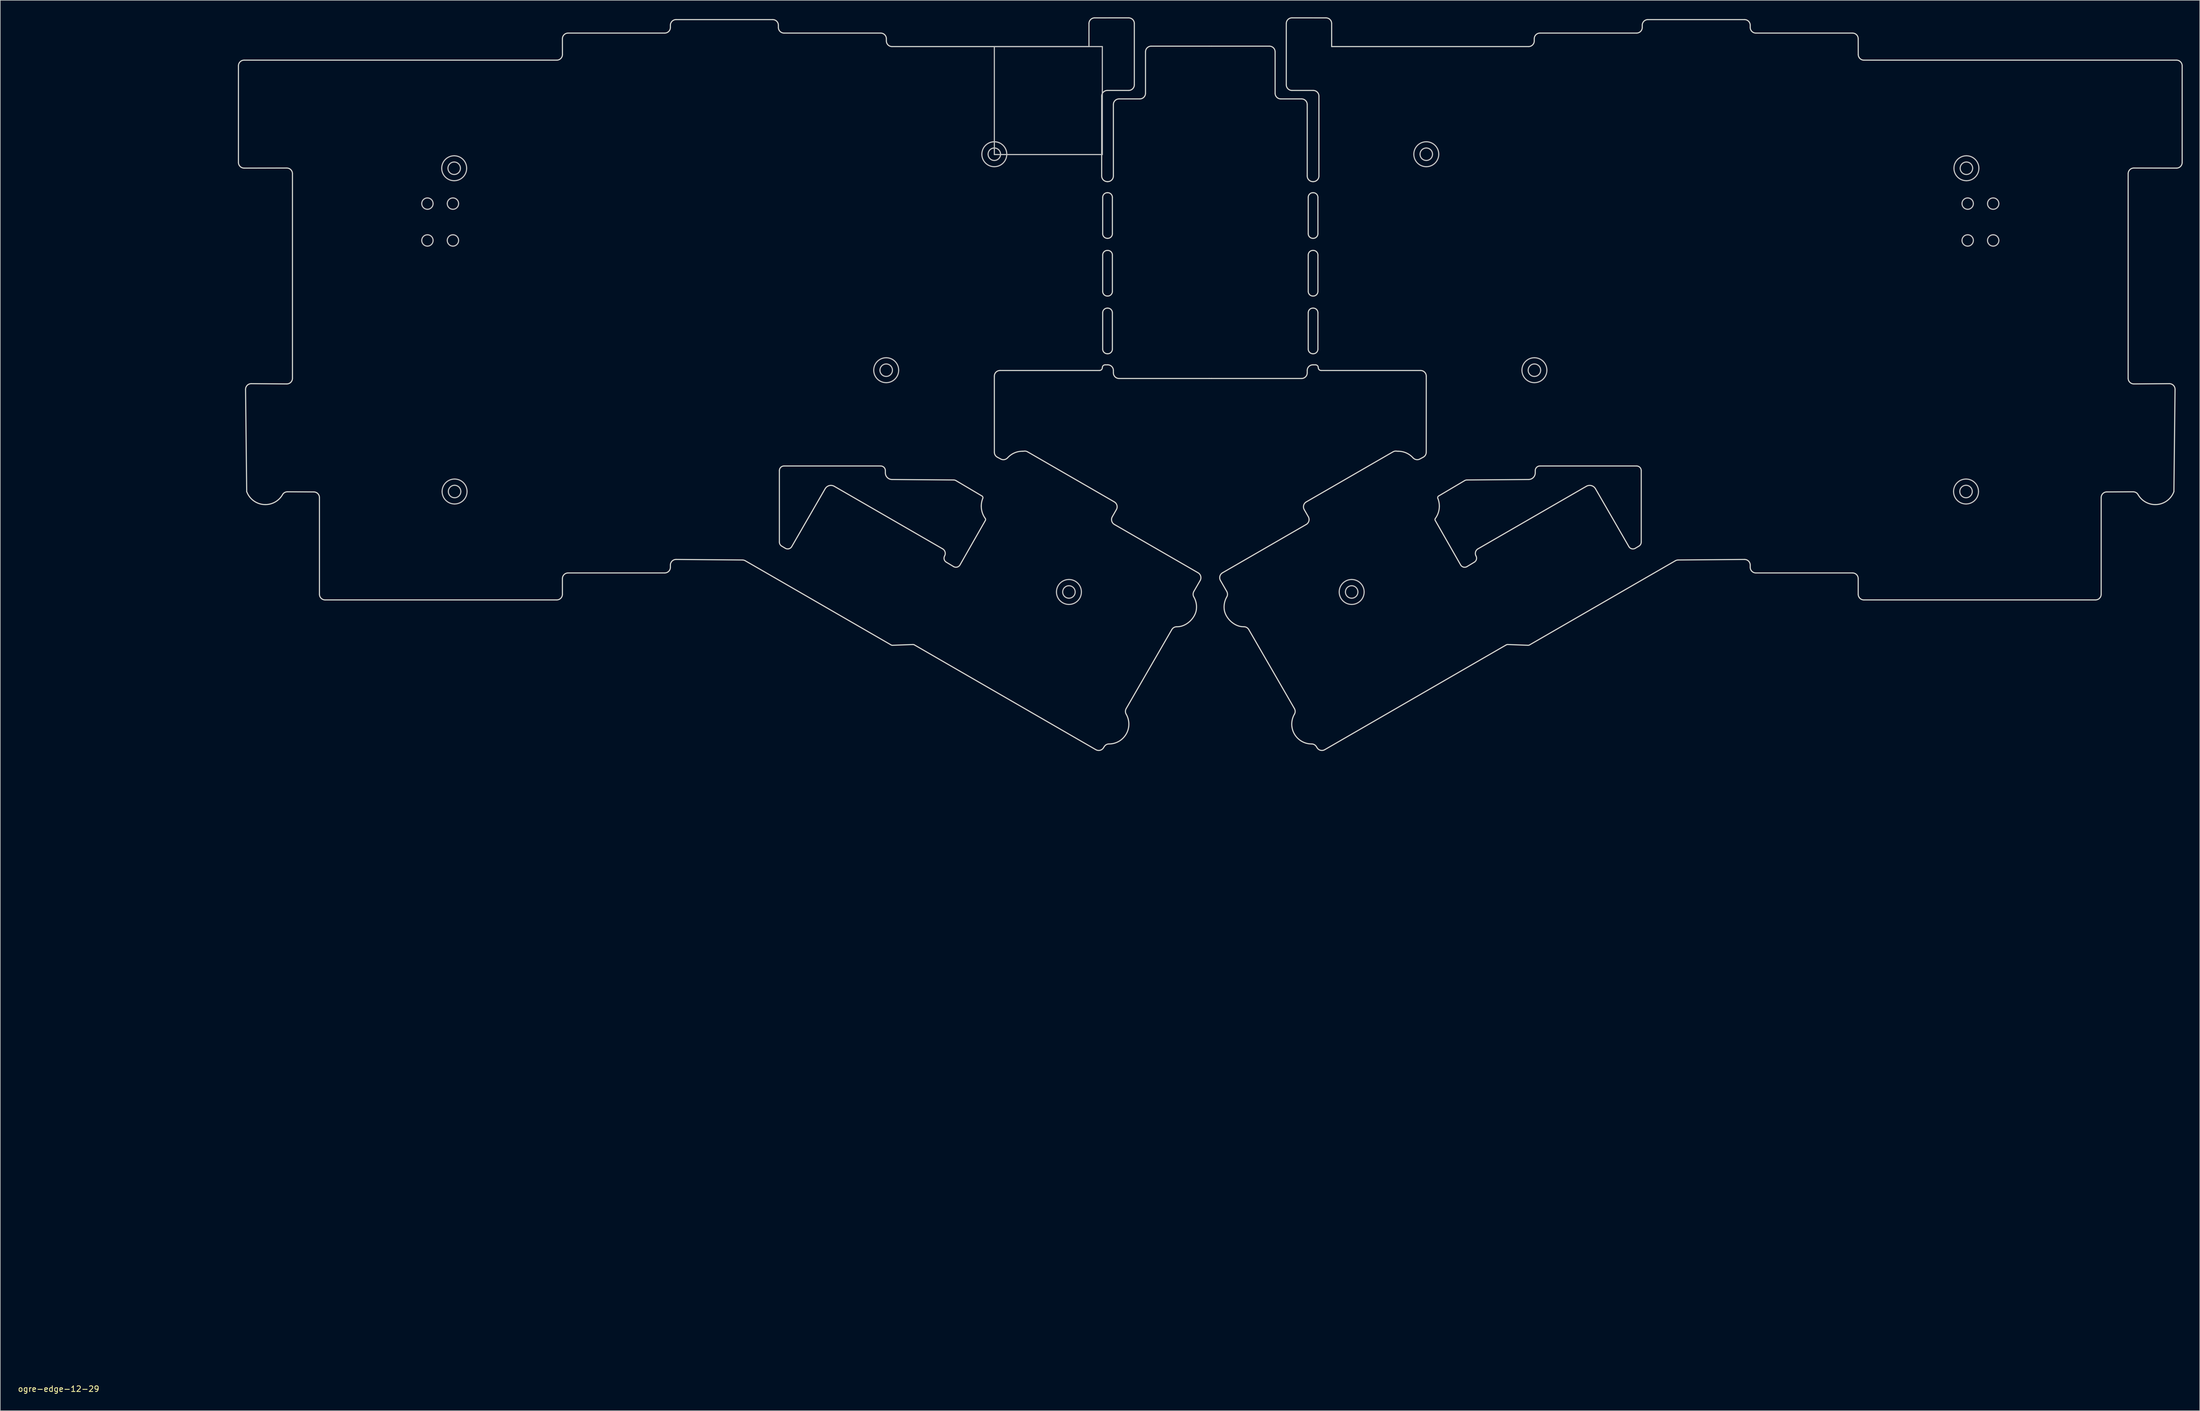
<source format=kicad_pcb>
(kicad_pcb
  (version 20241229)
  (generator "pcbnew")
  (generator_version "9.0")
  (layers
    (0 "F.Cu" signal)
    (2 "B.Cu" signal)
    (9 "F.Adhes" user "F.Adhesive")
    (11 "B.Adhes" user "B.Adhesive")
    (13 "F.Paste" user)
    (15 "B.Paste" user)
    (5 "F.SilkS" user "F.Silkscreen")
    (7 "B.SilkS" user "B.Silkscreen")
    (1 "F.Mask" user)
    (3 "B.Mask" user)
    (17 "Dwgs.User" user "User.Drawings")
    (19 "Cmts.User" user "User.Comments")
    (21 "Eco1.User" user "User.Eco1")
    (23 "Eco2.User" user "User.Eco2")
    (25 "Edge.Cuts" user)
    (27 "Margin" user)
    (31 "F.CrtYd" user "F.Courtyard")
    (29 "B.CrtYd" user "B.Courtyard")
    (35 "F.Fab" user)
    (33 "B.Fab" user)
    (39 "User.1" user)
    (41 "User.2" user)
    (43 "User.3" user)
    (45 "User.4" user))
  (footprint "ogre-edge-12-29"
    (layer "F.Cu")
    (at 7.292 241.504)
    (property "Reference" "ogre-edge-12-29" (at 0 0.5 0) (layer "F.SilkS") (effects (font (size 1 1) (thickness 0.15))))
    (attr through_hole)
    (fp_line (start 165.075 -236.337) (end 184.125 -236.337) (stroke (width 0.2) (type solid)) (layer "Dwgs.User"))
    (fp_line (start 165.075 -217.287) (end 165.075 -236.337) (stroke (width 0.2) (type solid)) (layer "Dwgs.User"))
    (fp_line (start 184.125 -236.337) (end 184.125 -217.287) (stroke (width 0.2) (type solid)) (layer "Dwgs.User"))
    (fp_line (start 184.125 -217.287) (end 165.075 -217.287) (stroke (width 0.2) (type solid)) (layer "Dwgs.User"))
    (fp_curve (pts (xy 64.062 -208.631) (xy 64.062 -209.183) (xy 64.51 -209.631) (xy 65.062 -209.631)) (stroke (width 0.2) (type solid)) (layer "Dwgs.User"))
    (fp_curve (pts (xy 64.062 -202.131) (xy 64.062 -202.683) (xy 64.51 -203.131) (xy 65.062 -203.131)) (stroke (width 0.2) (type solid)) (layer "Dwgs.User"))
    (fp_curve (pts (xy 65.062 -209.631) (xy 65.614 -209.631) (xy 66.062 -209.183) (xy 66.062 -208.631)) (stroke (width 0.2) (type solid)) (layer "Dwgs.User"))
    (fp_curve (pts (xy 65.062 -207.631) (xy 64.51 -207.631) (xy 64.062 -208.078) (xy 64.062 -208.631)) (stroke (width 0.2) (type solid)) (layer "Dwgs.User"))
    (fp_curve (pts (xy 65.062 -203.131) (xy 65.614 -203.131) (xy 66.062 -202.683) (xy 66.062 -202.131)) (stroke (width 0.2) (type solid)) (layer "Dwgs.User"))
    (fp_curve (pts (xy 65.062 -201.131) (xy 64.51 -201.131) (xy 64.062 -201.578) (xy 64.062 -202.131)) (stroke (width 0.2) (type solid)) (layer "Dwgs.User"))
    (fp_curve (pts (xy 66.062 -208.631) (xy 66.062 -208.078) (xy 65.614 -207.631) (xy 65.062 -207.631)) (stroke (width 0.2) (type solid)) (layer "Dwgs.User"))
    (fp_curve (pts (xy 66.062 -202.131) (xy 66.062 -201.578) (xy 65.614 -201.131) (xy 65.062 -201.131)) (stroke (width 0.2) (type solid)) (layer "Dwgs.User"))
    (fp_curve (pts (xy 67.583 -214.87) (xy 67.583 -216.085) (xy 68.568 -217.07) (xy 69.783 -217.07)) (stroke (width 0.2) (type solid)) (layer "Dwgs.User"))
    (fp_curve (pts (xy 67.652 -157.835) (xy 67.652 -159.051) (xy 68.637 -160.035) (xy 69.852 -160.035)) (stroke (width 0.2) (type solid)) (layer "Dwgs.User"))
    (fp_curve (pts (xy 68.562 -208.631) (xy 68.562 -209.183) (xy 69.01 -209.631) (xy 69.562 -209.631)) (stroke (width 0.2) (type solid)) (layer "Dwgs.User"))
    (fp_curve (pts (xy 68.562 -202.131) (xy 68.562 -202.683) (xy 69.01 -203.131) (xy 69.562 -203.131)) (stroke (width 0.2) (type solid)) (layer "Dwgs.User"))
    (fp_curve (pts (xy 68.683 -214.87) (xy 68.683 -215.477) (xy 69.176 -215.97) (xy 69.783 -215.97)) (stroke (width 0.2) (type solid)) (layer "Dwgs.User"))
    (fp_curve (pts (xy 68.752 -157.835) (xy 68.752 -158.443) (xy 69.245 -158.935) (xy 69.852 -158.935)) (stroke (width 0.2) (type solid)) (layer "Dwgs.User"))
    (fp_curve (pts (xy 69.562 -209.631) (xy 70.114 -209.631) (xy 70.562 -209.183) (xy 70.562 -208.631)) (stroke (width 0.2) (type solid)) (layer "Dwgs.User"))
    (fp_curve (pts (xy 69.562 -207.631) (xy 69.01 -207.631) (xy 68.562 -208.078) (xy 68.562 -208.631)) (stroke (width 0.2) (type solid)) (layer "Dwgs.User"))
    (fp_curve (pts (xy 69.562 -203.131) (xy 70.114 -203.131) (xy 70.562 -202.683) (xy 70.562 -202.131)) (stroke (width 0.2) (type solid)) (layer "Dwgs.User"))
    (fp_curve (pts (xy 69.562 -201.131) (xy 69.01 -201.131) (xy 68.562 -201.578) (xy 68.562 -202.131)) (stroke (width 0.2) (type solid)) (layer "Dwgs.User"))
    (fp_curve (pts (xy 69.783 -217.07) (xy 70.998 -217.07) (xy 71.983 -216.085) (xy 71.983 -214.87)) (stroke (width 0.2) (type solid)) (layer "Dwgs.User"))
    (fp_curve (pts (xy 69.783 -212.67) (xy 68.568 -212.67) (xy 67.583 -213.655) (xy 67.583 -214.87)) (stroke (width 0.2) (type solid)) (layer "Dwgs.User"))
    (fp_curve (pts (xy 69.783 -215.97) (xy 70.391 -215.97) (xy 70.883 -215.477) (xy 70.883 -214.87)) (stroke (width 0.2) (type solid)) (layer "Dwgs.User"))
    (fp_curve (pts (xy 69.783 -213.77) (xy 69.176 -213.77) (xy 68.683 -214.262) (xy 68.683 -214.87)) (stroke (width 0.2) (type solid)) (layer "Dwgs.User"))
    (fp_curve (pts (xy 69.852 -160.035) (xy 71.067 -160.035) (xy 72.052 -159.051) (xy 72.052 -157.835)) (stroke (width 0.2) (type solid)) (layer "Dwgs.User"))
    (fp_curve (pts (xy 69.852 -155.635) (xy 68.637 -155.635) (xy 67.652 -156.62) (xy 67.652 -157.835)) (stroke (width 0.2) (type solid)) (layer "Dwgs.User"))
    (fp_curve (pts (xy 69.852 -158.935) (xy 70.46 -158.935) (xy 70.952 -158.443) (xy 70.952 -157.835)) (stroke (width 0.2) (type solid)) (layer "Dwgs.User"))
    (fp_curve (pts (xy 69.852 -156.735) (xy 69.245 -156.735) (xy 68.752 -157.228) (xy 68.752 -157.835)) (stroke (width 0.2) (type solid)) (layer "Dwgs.User"))
    (fp_curve (pts (xy 70.562 -208.631) (xy 70.562 -208.078) (xy 70.114 -207.631) (xy 69.562 -207.631)) (stroke (width 0.2) (type solid)) (layer "Dwgs.User"))
    (fp_curve (pts (xy 70.562 -202.131) (xy 70.562 -201.578) (xy 70.114 -201.131) (xy 69.562 -201.131)) (stroke (width 0.2) (type solid)) (layer "Dwgs.User"))
    (fp_curve (pts (xy 70.883 -214.87) (xy 70.883 -214.262) (xy 70.391 -213.77) (xy 69.783 -213.77)) (stroke (width 0.2) (type solid)) (layer "Dwgs.User"))
    (fp_curve (pts (xy 70.952 -157.835) (xy 70.952 -157.228) (xy 70.46 -156.735) (xy 69.852 -156.735)) (stroke (width 0.2) (type solid)) (layer "Dwgs.User"))
    (fp_curve (pts (xy 71.983 -214.87) (xy 71.983 -213.655) (xy 70.998 -212.67) (xy 69.783 -212.67)) (stroke (width 0.2) (type solid)) (layer "Dwgs.User"))
    (fp_curve (pts (xy 72.052 -157.835) (xy 72.052 -156.62) (xy 71.067 -155.635) (xy 69.852 -155.635)) (stroke (width 0.2) (type solid)) (layer "Dwgs.User"))
    (fp_curve (pts (xy 143.796 -179.238) (xy 143.796 -180.453) (xy 144.781 -181.438) (xy 145.996 -181.438)) (stroke (width 0.2) (type solid)) (layer "Dwgs.User"))
    (fp_curve (pts (xy 144.896 -179.238) (xy 144.896 -179.845) (xy 145.389 -180.338) (xy 145.996 -180.338)) (stroke (width 0.2) (type solid)) (layer "Dwgs.User"))
    (fp_curve (pts (xy 145.996 -181.438) (xy 147.211 -181.438) (xy 148.196 -180.453) (xy 148.196 -179.238)) (stroke (width 0.2) (type solid)) (layer "Dwgs.User"))
    (fp_curve (pts (xy 145.996 -180.338) (xy 146.604 -180.338) (xy 147.096 -179.845) (xy 147.096 -179.238)) (stroke (width 0.2) (type solid)) (layer "Dwgs.User"))
    (fp_curve (pts (xy 145.996 -178.138) (xy 145.389 -178.138) (xy 144.896 -178.63) (xy 144.896 -179.238)) (stroke (width 0.2) (type solid)) (layer "Dwgs.User"))
    (fp_curve (pts (xy 145.996 -177.038) (xy 144.781 -177.038) (xy 143.796 -178.023) (xy 143.796 -179.238)) (stroke (width 0.2) (type solid)) (layer "Dwgs.User"))
    (fp_curve (pts (xy 147.096 -179.238) (xy 147.096 -178.63) (xy 146.604 -178.138) (xy 145.996 -178.138)) (stroke (width 0.2) (type solid)) (layer "Dwgs.User"))
    (fp_curve (pts (xy 148.196 -179.238) (xy 148.196 -178.023) (xy 147.211 -177.038) (xy 145.996 -177.038)) (stroke (width 0.2) (type solid)) (layer "Dwgs.User"))
    (fp_curve (pts (xy 162.87 -217.344) (xy 162.87 -218.559) (xy 163.855 -219.544) (xy 165.07 -219.544)) (stroke (width 0.2) (type solid)) (layer "Dwgs.User"))
    (fp_curve (pts (xy 163.97 -217.344) (xy 163.97 -217.951) (xy 164.463 -218.444) (xy 165.07 -218.444)) (stroke (width 0.2) (type solid)) (layer "Dwgs.User"))
    (fp_curve (pts (xy 165.07 -219.544) (xy 166.285 -219.544) (xy 167.27 -218.559) (xy 167.27 -217.344)) (stroke (width 0.2) (type solid)) (layer "Dwgs.User"))
    (fp_curve (pts (xy 165.07 -218.444) (xy 165.678 -218.444) (xy 166.17 -217.951) (xy 166.17 -217.344)) (stroke (width 0.2) (type solid)) (layer "Dwgs.User"))
    (fp_curve (pts (xy 165.07 -216.244) (xy 164.463 -216.244) (xy 163.97 -216.736) (xy 163.97 -217.344)) (stroke (width 0.2) (type solid)) (layer "Dwgs.User"))
    (fp_curve (pts (xy 165.07 -215.144) (xy 163.855 -215.144) (xy 162.87 -216.129) (xy 162.87 -217.344)) (stroke (width 0.2) (type solid)) (layer "Dwgs.User"))
    (fp_curve (pts (xy 166.17 -217.344) (xy 166.17 -216.736) (xy 165.678 -216.244) (xy 165.07 -216.244)) (stroke (width 0.2) (type solid)) (layer "Dwgs.User"))
    (fp_curve (pts (xy 167.27 -217.344) (xy 167.27 -216.129) (xy 166.285 -215.144) (xy 165.07 -215.144)) (stroke (width 0.2) (type solid)) (layer "Dwgs.User"))
    (fp_curve (pts (xy 176.033 -140.111) (xy 176.033 -141.326) (xy 177.018 -142.311) (xy 178.233 -142.311)) (stroke (width 0.2) (type solid)) (layer "Dwgs.User"))
    (fp_curve (pts (xy 177.133 -140.111) (xy 177.133 -140.718) (xy 177.626 -141.211) (xy 178.233 -141.211)) (stroke (width 0.2) (type solid)) (layer "Dwgs.User"))
    (fp_curve (pts (xy 178.233 -142.311) (xy 179.448 -142.311) (xy 180.433 -141.326) (xy 180.433 -140.111)) (stroke (width 0.2) (type solid)) (layer "Dwgs.User"))
    (fp_curve (pts (xy 178.233 -141.211) (xy 178.841 -141.211) (xy 179.333 -140.718) (xy 179.333 -140.111)) (stroke (width 0.2) (type solid)) (layer "Dwgs.User"))
    (fp_curve (pts (xy 178.233 -139.011) (xy 177.626 -139.011) (xy 177.133 -139.503) (xy 177.133 -140.111)) (stroke (width 0.2) (type solid)) (layer "Dwgs.User"))
    (fp_curve (pts (xy 178.233 -137.911) (xy 177.018 -137.911) (xy 176.033 -138.896) (xy 176.033 -140.111)) (stroke (width 0.2) (type solid)) (layer "Dwgs.User"))
    (fp_curve (pts (xy 179.333 -140.111) (xy 179.333 -139.503) (xy 178.841 -139.011) (xy 178.233 -139.011)) (stroke (width 0.2) (type solid)) (layer "Dwgs.User"))
    (fp_curve (pts (xy 180.433 -140.111) (xy 180.433 -138.896) (xy 179.448 -137.911) (xy 178.233 -137.911)) (stroke (width 0.2) (type solid)) (layer "Dwgs.User"))
    (fp_curve (pts (xy 225.913 -140.111) (xy 225.913 -138.896) (xy 226.898 -137.911) (xy 228.113 -137.911)) (stroke (width 0.2) (type solid)) (layer "Dwgs.User"))
    (fp_curve (pts (xy 227.013 -140.111) (xy 227.013 -139.503) (xy 227.506 -139.011) (xy 228.113 -139.011)) (stroke (width 0.2) (type solid)) (layer "Dwgs.User"))
    (fp_curve (pts (xy 228.113 -142.311) (xy 226.898 -142.311) (xy 225.913 -141.326) (xy 225.913 -140.111)) (stroke (width 0.2) (type solid)) (layer "Dwgs.User"))
    (fp_curve (pts (xy 228.113 -141.211) (xy 227.506 -141.211) (xy 227.013 -140.718) (xy 227.013 -140.111)) (stroke (width 0.2) (type solid)) (layer "Dwgs.User"))
    (fp_curve (pts (xy 228.113 -139.011) (xy 228.721 -139.011) (xy 229.213 -139.503) (xy 229.213 -140.111)) (stroke (width 0.2) (type solid)) (layer "Dwgs.User"))
    (fp_curve (pts (xy 228.113 -137.911) (xy 229.328 -137.911) (xy 230.313 -138.896) (xy 230.313 -140.111)) (stroke (width 0.2) (type solid)) (layer "Dwgs.User"))
    (fp_curve (pts (xy 229.213 -140.111) (xy 229.213 -140.718) (xy 228.721 -141.211) (xy 228.113 -141.211)) (stroke (width 0.2) (type solid)) (layer "Dwgs.User"))
    (fp_curve (pts (xy 230.313 -140.111) (xy 230.313 -141.326) (xy 229.328 -142.311) (xy 228.113 -142.311)) (stroke (width 0.2) (type solid)) (layer "Dwgs.User"))
    (fp_curve (pts (xy 239.076 -217.344) (xy 239.076 -216.129) (xy 240.061 -215.144) (xy 241.276 -215.144)) (stroke (width 0.2) (type solid)) (layer "Dwgs.User"))
    (fp_curve (pts (xy 240.176 -217.344) (xy 240.176 -216.736) (xy 240.669 -216.244) (xy 241.276 -216.244)) (stroke (width 0.2) (type solid)) (layer "Dwgs.User"))
    (fp_curve (pts (xy 241.276 -219.544) (xy 240.061 -219.544) (xy 239.076 -218.559) (xy 239.076 -217.344)) (stroke (width 0.2) (type solid)) (layer "Dwgs.User"))
    (fp_curve (pts (xy 241.276 -218.444) (xy 240.669 -218.444) (xy 240.176 -217.951) (xy 240.176 -217.344)) (stroke (width 0.2) (type solid)) (layer "Dwgs.User"))
    (fp_curve (pts (xy 241.276 -216.244) (xy 241.884 -216.244) (xy 242.376 -216.736) (xy 242.376 -217.344)) (stroke (width 0.2) (type solid)) (layer "Dwgs.User"))
    (fp_curve (pts (xy 241.276 -215.144) (xy 242.491 -215.144) (xy 243.476 -216.129) (xy 243.476 -217.344)) (stroke (width 0.2) (type solid)) (layer "Dwgs.User"))
    (fp_curve (pts (xy 242.376 -217.344) (xy 242.376 -217.951) (xy 241.884 -218.444) (xy 241.276 -218.444)) (stroke (width 0.2) (type solid)) (layer "Dwgs.User"))
    (fp_curve (pts (xy 243.476 -217.344) (xy 243.476 -218.559) (xy 242.491 -219.544) (xy 241.276 -219.544)) (stroke (width 0.2) (type solid)) (layer "Dwgs.User"))
    (fp_curve (pts (xy 258.15 -179.238) (xy 258.15 -178.023) (xy 259.135 -177.038) (xy 260.35 -177.038)) (stroke (width 0.2) (type solid)) (layer "Dwgs.User"))
    (fp_curve (pts (xy 259.25 -179.238) (xy 259.25 -178.63) (xy 259.743 -178.138) (xy 260.35 -178.138)) (stroke (width 0.2) (type solid)) (layer "Dwgs.User"))
    (fp_curve (pts (xy 260.35 -181.438) (xy 259.135 -181.438) (xy 258.15 -180.453) (xy 258.15 -179.238)) (stroke (width 0.2) (type solid)) (layer "Dwgs.User"))
    (fp_curve (pts (xy 260.35 -180.338) (xy 259.743 -180.338) (xy 259.25 -179.845) (xy 259.25 -179.238)) (stroke (width 0.2) (type solid)) (layer "Dwgs.User"))
    (fp_curve (pts (xy 260.35 -178.138) (xy 260.958 -178.138) (xy 261.45 -178.63) (xy 261.45 -179.238)) (stroke (width 0.2) (type solid)) (layer "Dwgs.User"))
    (fp_curve (pts (xy 260.35 -177.038) (xy 261.565 -177.038) (xy 262.55 -178.023) (xy 262.55 -179.238)) (stroke (width 0.2) (type solid)) (layer "Dwgs.User"))
    (fp_curve (pts (xy 261.45 -179.238) (xy 261.45 -179.845) (xy 260.958 -180.338) (xy 260.35 -180.338)) (stroke (width 0.2) (type solid)) (layer "Dwgs.User"))
    (fp_curve (pts (xy 262.55 -179.238) (xy 262.55 -180.453) (xy 261.565 -181.438) (xy 260.35 -181.438)) (stroke (width 0.2) (type solid)) (layer "Dwgs.User"))
    (fp_curve (pts (xy 334.294 -157.835) (xy 334.294 -156.62) (xy 335.279 -155.635) (xy 336.494 -155.635)) (stroke (width 0.2) (type solid)) (layer "Dwgs.User"))
    (fp_curve (pts (xy 334.363 -214.87) (xy 334.363 -213.655) (xy 335.348 -212.67) (xy 336.563 -212.67)) (stroke (width 0.2) (type solid)) (layer "Dwgs.User"))
    (fp_curve (pts (xy 335.394 -157.835) (xy 335.394 -157.228) (xy 335.887 -156.735) (xy 336.494 -156.735)) (stroke (width 0.2) (type solid)) (layer "Dwgs.User"))
    (fp_curve (pts (xy 335.463 -214.87) (xy 335.463 -214.262) (xy 335.956 -213.77) (xy 336.563 -213.77)) (stroke (width 0.2) (type solid)) (layer "Dwgs.User"))
    (fp_curve (pts (xy 335.785 -208.631) (xy 335.785 -208.078) (xy 336.232 -207.631) (xy 336.785 -207.631)) (stroke (width 0.2) (type solid)) (layer "Dwgs.User"))
    (fp_curve (pts (xy 335.785 -202.131) (xy 335.785 -201.578) (xy 336.232 -201.131) (xy 336.785 -201.131)) (stroke (width 0.2) (type solid)) (layer "Dwgs.User"))
    (fp_curve (pts (xy 336.494 -158.935) (xy 335.887 -158.935) (xy 335.394 -158.443) (xy 335.394 -157.835)) (stroke (width 0.2) (type solid)) (layer "Dwgs.User"))
    (fp_curve (pts (xy 336.494 -156.735) (xy 337.102 -156.735) (xy 337.594 -157.228) (xy 337.594 -157.835)) (stroke (width 0.2) (type solid)) (layer "Dwgs.User"))
    (fp_curve (pts (xy 336.494 -160.035) (xy 335.279 -160.035) (xy 334.294 -159.051) (xy 334.294 -157.835)) (stroke (width 0.2) (type solid)) (layer "Dwgs.User"))
    (fp_curve (pts (xy 336.494 -155.635) (xy 337.709 -155.635) (xy 338.694 -156.62) (xy 338.694 -157.835)) (stroke (width 0.2) (type solid)) (layer "Dwgs.User"))
    (fp_curve (pts (xy 336.563 -215.97) (xy 335.956 -215.97) (xy 335.463 -215.477) (xy 335.463 -214.87)) (stroke (width 0.2) (type solid)) (layer "Dwgs.User"))
    (fp_curve (pts (xy 336.563 -213.77) (xy 337.171 -213.77) (xy 337.663 -214.262) (xy 337.663 -214.87)) (stroke (width 0.2) (type solid)) (layer "Dwgs.User"))
    (fp_curve (pts (xy 336.563 -217.07) (xy 335.348 -217.07) (xy 334.363 -216.085) (xy 334.363 -214.87)) (stroke (width 0.2) (type solid)) (layer "Dwgs.User"))
    (fp_curve (pts (xy 336.563 -212.67) (xy 337.778 -212.67) (xy 338.763 -213.655) (xy 338.763 -214.87)) (stroke (width 0.2) (type solid)) (layer "Dwgs.User"))
    (fp_curve (pts (xy 336.785 -209.631) (xy 336.232 -209.631) (xy 335.785 -209.183) (xy 335.785 -208.631)) (stroke (width 0.2) (type solid)) (layer "Dwgs.User"))
    (fp_curve (pts (xy 336.785 -207.631) (xy 337.337 -207.631) (xy 337.785 -208.078) (xy 337.785 -208.631)) (stroke (width 0.2) (type solid)) (layer "Dwgs.User"))
    (fp_curve (pts (xy 336.785 -203.131) (xy 336.232 -203.131) (xy 335.785 -202.683) (xy 335.785 -202.131)) (stroke (width 0.2) (type solid)) (layer "Dwgs.User"))
    (fp_curve (pts (xy 336.785 -201.131) (xy 337.337 -201.131) (xy 337.785 -201.578) (xy 337.785 -202.131)) (stroke (width 0.2) (type solid)) (layer "Dwgs.User"))
    (fp_curve (pts (xy 337.594 -157.835) (xy 337.594 -158.443) (xy 337.102 -158.935) (xy 336.494 -158.935)) (stroke (width 0.2) (type solid)) (layer "Dwgs.User"))
    (fp_curve (pts (xy 337.663 -214.87) (xy 337.663 -215.477) (xy 337.171 -215.97) (xy 336.563 -215.97)) (stroke (width 0.2) (type solid)) (layer "Dwgs.User"))
    (fp_curve (pts (xy 337.785 -208.631) (xy 337.785 -209.183) (xy 337.337 -209.631) (xy 336.785 -209.631)) (stroke (width 0.2) (type solid)) (layer "Dwgs.User"))
    (fp_curve (pts (xy 337.785 -202.131) (xy 337.785 -202.683) (xy 337.337 -203.131) (xy 336.785 -203.131)) (stroke (width 0.2) (type solid)) (layer "Dwgs.User"))
    (fp_curve (pts (xy 338.694 -157.835) (xy 338.694 -159.051) (xy 337.709 -160.035) (xy 336.494 -160.035)) (stroke (width 0.2) (type solid)) (layer "Dwgs.User"))
    (fp_curve (pts (xy 338.763 -214.87) (xy 338.763 -216.085) (xy 337.778 -217.07) (xy 336.563 -217.07)) (stroke (width 0.2) (type solid)) (layer "Dwgs.User"))
    (fp_curve (pts (xy 340.285 -208.631) (xy 340.285 -208.078) (xy 340.732 -207.631) (xy 341.285 -207.631)) (stroke (width 0.2) (type solid)) (layer "Dwgs.User"))
    (fp_curve (pts (xy 340.285 -202.131) (xy 340.285 -201.578) (xy 340.732 -201.131) (xy 341.285 -201.131)) (stroke (width 0.2) (type solid)) (layer "Dwgs.User"))
    (fp_curve (pts (xy 341.285 -209.631) (xy 340.732 -209.631) (xy 340.285 -209.183) (xy 340.285 -208.631)) (stroke (width 0.2) (type solid)) (layer "Dwgs.User"))
    (fp_curve (pts (xy 341.285 -207.631) (xy 341.837 -207.631) (xy 342.285 -208.078) (xy 342.285 -208.631)) (stroke (width 0.2) (type solid)) (layer "Dwgs.User"))
    (fp_curve (pts (xy 341.285 -203.131) (xy 340.732 -203.131) (xy 340.285 -202.683) (xy 340.285 -202.131)) (stroke (width 0.2) (type solid)) (layer "Dwgs.User"))
    (fp_curve (pts (xy 341.285 -201.131) (xy 341.837 -201.131) (xy 342.285 -201.578) (xy 342.285 -202.131)) (stroke (width 0.2) (type solid)) (layer "Dwgs.User"))
    (fp_curve (pts (xy 342.285 -208.631) (xy 342.285 -209.183) (xy 341.837 -209.631) (xy 341.285 -209.631)) (stroke (width 0.2) (type solid)) (layer "Dwgs.User"))
    (fp_curve (pts (xy 342.285 -202.131) (xy 342.285 -202.683) (xy 341.837 -203.131) (xy 341.285 -203.131)) (stroke (width 0.2) (type solid)) (layer "Dwgs.User"))
    (fp_curve (pts (xy 31.723 -232.942) (xy 31.723 -232.942) (xy 31.723 -215.894) (xy 31.723 -215.894)) (stroke (width 0.2) (type solid)) (layer "Edge.Cuts"))
    (fp_curve (pts (xy 31.723 -215.894) (xy 31.723 -215.341) (xy 32.172 -214.893) (xy 32.725 -214.894)) (stroke (width 0.2) (type solid)) (layer "Edge.Cuts"))
    (fp_curve (pts (xy 32.723 -233.942) (xy 32.171 -233.942) (xy 31.723 -233.494) (xy 31.723 -232.942)) (stroke (width 0.2) (type solid)) (layer "Edge.Cuts"))
    (fp_curve (pts (xy 32.725 -214.894) (xy 32.725 -214.894) (xy 40.252 -214.907) (xy 40.252 -214.907)) (stroke (width 0.2) (type solid)) (layer "Edge.Cuts"))
    (fp_curve (pts (xy 32.978 -175.851) (xy 32.978 -175.851) (xy 33.181 -157.818) (xy 33.181 -157.818)) (stroke (width 0.2) (type solid)) (layer "Edge.Cuts"))
    (fp_curve (pts (xy 33.181 -157.818) (xy 33.673 -156.48) (xy 34.959 -155.526) (xy 36.467 -155.526)) (stroke (width 0.2) (type solid)) (layer "Edge.Cuts"))
    (fp_curve (pts (xy 33.986 -176.862) (xy 33.426 -176.867) (xy 32.972 -176.411) (xy 32.978 -175.851)) (stroke (width 0.2) (type solid)) (layer "Edge.Cuts"))
    (fp_curve (pts (xy 36.467 -155.526) (xy 37.775 -155.526) (xy 38.915 -156.244) (xy 39.516 -157.306)) (stroke (width 0.2) (type solid)) (layer "Edge.Cuts"))
    (fp_curve (pts (xy 39.516 -157.306) (xy 39.687 -157.61) (xy 40.022 -157.785) (xy 40.371 -157.783)) (stroke (width 0.2) (type solid)) (layer "Edge.Cuts"))
    (fp_curve (pts (xy 40.245 -176.815) (xy 40.245 -176.815) (xy 33.986 -176.862) (xy 33.986 -176.862)) (stroke (width 0.2) (type solid)) (layer "Edge.Cuts"))
    (fp_curve (pts (xy 40.252 -214.907) (xy 40.804 -214.907) (xy 41.252 -214.459) (xy 41.252 -213.907)) (stroke (width 0.2) (type solid)) (layer "Edge.Cuts"))
    (fp_curve (pts (xy 40.371 -157.783) (xy 41.464 -157.778) (xy 43.715 -157.767) (xy 45.019 -157.761)) (stroke (width 0.2) (type solid)) (layer "Edge.Cuts"))
    (fp_curve (pts (xy 41.252 -213.907) (xy 41.252 -213.907) (xy 41.252 -177.815) (xy 41.252 -177.815)) (stroke (width 0.2) (type solid)) (layer "Edge.Cuts"))
    (fp_curve (pts (xy 41.252 -177.815) (xy 41.252 -177.259) (xy 40.8 -176.81) (xy 40.245 -176.815)) (stroke (width 0.2) (type solid)) (layer "Edge.Cuts"))
    (fp_curve (pts (xy 45.019 -157.761) (xy 45.57 -157.759) (xy 46.012 -157.312) (xy 46.012 -156.761)) (stroke (width 0.2) (type solid)) (layer "Edge.Cuts"))
    (fp_curve (pts (xy 46.012 -156.761) (xy 46.012 -156.761) (xy 46.012 -139.707) (xy 46.012 -139.707)) (stroke (width 0.2) (type solid)) (layer "Edge.Cuts"))
    (fp_curve (pts (xy 46.012 -139.707) (xy 46.012 -139.155) (xy 46.46 -138.707) (xy 47.012 -138.707)) (stroke (width 0.2) (type solid)) (layer "Edge.Cuts"))
    (fp_curve (pts (xy 47.012 -138.707) (xy 47.012 -138.707) (xy 87.875 -138.707) (xy 87.875 -138.707)) (stroke (width 0.2) (type solid)) (layer "Edge.Cuts"))
    (fp_curve (pts (xy 87.875 -138.707) (xy 88.427 -138.707) (xy 88.875 -139.155) (xy 88.875 -139.707)) (stroke (width 0.2) (type solid)) (layer "Edge.Cuts"))
    (fp_curve (pts (xy 87.881 -233.942) (xy 87.881 -233.942) (xy 32.723 -233.942) (xy 32.723 -233.942)) (stroke (width 0.2) (type solid)) (layer "Edge.Cuts"))
    (fp_curve (pts (xy 88.875 -237.717) (xy 88.875 -237.717) (xy 88.881 -234.944) (xy 88.881 -234.944)) (stroke (width 0.2) (type solid)) (layer "Edge.Cuts"))
    (fp_curve (pts (xy 88.875 -142.467) (xy 88.875 -143.019) (xy 89.322 -143.467) (xy 89.875 -143.467)) (stroke (width 0.2) (type solid)) (layer "Edge.Cuts"))
    (fp_curve (pts (xy 88.875 -139.707) (xy 88.875 -139.707) (xy 88.875 -142.467) (xy 88.875 -142.467)) (stroke (width 0.2) (type solid)) (layer "Edge.Cuts"))
    (fp_curve (pts (xy 88.881 -234.944) (xy 88.883 -234.391) (xy 88.434 -233.942) (xy 87.881 -233.942)) (stroke (width 0.2) (type solid)) (layer "Edge.Cuts"))
    (fp_curve (pts (xy 89.875 -238.717) (xy 89.322 -238.717) (xy 88.875 -238.269) (xy 88.875 -237.717)) (stroke (width 0.2) (type solid)) (layer "Edge.Cuts"))
    (fp_curve (pts (xy 89.875 -143.467) (xy 89.875 -143.467) (xy 106.925 -143.467) (xy 106.925 -143.467)) (stroke (width 0.2) (type solid)) (layer "Edge.Cuts"))
    (fp_curve (pts (xy 106.925 -238.717) (xy 106.925 -238.717) (xy 89.875 -238.717) (xy 89.875 -238.717)) (stroke (width 0.2) (type solid)) (layer "Edge.Cuts"))
    (fp_curve (pts (xy 106.925 -143.467) (xy 107.477 -143.467) (xy 107.925 -143.915) (xy 107.925 -144.467)) (stroke (width 0.2) (type solid)) (layer "Edge.Cuts"))
    (fp_curve (pts (xy 107.925 -240.097) (xy 107.925 -240.097) (xy 107.925 -239.717) (xy 107.925 -239.717)) (stroke (width 0.2) (type solid)) (layer "Edge.Cuts"))
    (fp_curve (pts (xy 107.925 -239.717) (xy 107.925 -239.165) (xy 107.477 -238.717) (xy 106.925 -238.717)) (stroke (width 0.2) (type solid)) (layer "Edge.Cuts"))
    (fp_curve (pts (xy 107.925 -144.849) (xy 107.925 -145.404) (xy 108.377 -145.853) (xy 108.933 -145.849)) (stroke (width 0.2) (type solid)) (layer "Edge.Cuts"))
    (fp_curve (pts (xy 107.925 -144.467) (xy 107.925 -144.467) (xy 107.925 -144.849) (xy 107.925 -144.849)) (stroke (width 0.2) (type solid)) (layer "Edge.Cuts"))
    (fp_curve (pts (xy 108.925 -241.097) (xy 108.372 -241.097) (xy 107.925 -240.649) (xy 107.925 -240.097)) (stroke (width 0.2) (type solid)) (layer "Edge.Cuts"))
    (fp_curve (pts (xy 108.933 -145.849) (xy 108.933 -145.849) (xy 120.634 -145.755) (xy 120.634 -145.755)) (stroke (width 0.2) (type solid)) (layer "Edge.Cuts"))
    (fp_curve (pts (xy 120.634 -145.755) (xy 120.807 -145.754) (xy 120.976 -145.707) (xy 121.126 -145.621)) (stroke (width 0.2) (type solid)) (layer "Edge.Cuts"))
    (fp_curve (pts (xy 121.126 -145.621) (xy 121.126 -145.621) (xy 126.355 -142.606) (xy 126.355 -142.606)) (stroke (width 0.2) (type solid)) (layer "Edge.Cuts"))
    (fp_curve (pts (xy 125.975 -241.097) (xy 125.975 -241.097) (xy 108.925 -241.097) (xy 108.925 -241.097)) (stroke (width 0.2) (type solid)) (layer "Edge.Cuts"))
    (fp_curve (pts (xy 126.355 -142.606) (xy 126.355 -142.606) (xy 146.852 -130.77) (xy 146.852 -130.77)) (stroke (width 0.2) (type solid)) (layer "Edge.Cuts"))
    (fp_curve (pts (xy 126.975 -240.097) (xy 126.975 -240.649) (xy 126.527 -241.097) (xy 125.975 -241.097)) (stroke (width 0.2) (type solid)) (layer "Edge.Cuts"))
    (fp_curve (pts (xy 126.975 -239.717) (xy 126.975 -239.717) (xy 126.975 -240.097) (xy 126.975 -240.097)) (stroke (width 0.2) (type solid)) (layer "Edge.Cuts"))
    (fp_curve (pts (xy 127.151 -161.517) (xy 127.151 -161.517) (xy 127.151 -148.913) (xy 127.151 -148.913)) (stroke (width 0.2) (type solid)) (layer "Edge.Cuts"))
    (fp_curve (pts (xy 127.151 -148.913) (xy 127.151 -148.625) (xy 127.304 -148.354) (xy 127.551 -148.206)) (stroke (width 0.2) (type solid)) (layer "Edge.Cuts"))
    (fp_curve (pts (xy 127.551 -148.206) (xy 127.551 -148.206) (xy 128.195 -147.82) (xy 128.195 -147.82)) (stroke (width 0.2) (type solid)) (layer "Edge.Cuts"))
    (fp_curve (pts (xy 127.975 -238.717) (xy 127.422 -238.717) (xy 126.975 -239.165) (xy 126.975 -239.717)) (stroke (width 0.2) (type solid)) (layer "Edge.Cuts"))
    (fp_curve (pts (xy 127.975 -162.341) (xy 127.521 -162.341) (xy 127.151 -161.971) (xy 127.151 -161.517)) (stroke (width 0.2) (type solid)) (layer "Edge.Cuts"))
    (fp_curve (pts (xy 128.195 -147.82) (xy 128.386 -147.705) (xy 128.61 -147.673) (xy 128.825 -147.729)) (stroke (width 0.2) (type solid)) (layer "Edge.Cuts"))
    (fp_curve (pts (xy 128.825 -147.729) (xy 129.041 -147.785) (xy 129.221 -147.922) (xy 129.332 -148.114)) (stroke (width 0.2) (type solid)) (layer "Edge.Cuts"))
    (fp_curve (pts (xy 129.332 -148.114) (xy 129.332 -148.114) (xy 135.227 -158.325) (xy 135.227 -158.325)) (stroke (width 0.2) (type solid)) (layer "Edge.Cuts"))
    (fp_curve (pts (xy 135.227 -158.325) (xy 135.445 -158.702) (xy 135.841 -158.913) (xy 136.248 -158.913)) (stroke (width 0.2) (type solid)) (layer "Edge.Cuts"))
    (fp_curve (pts (xy 136.248 -158.913) (xy 136.447 -158.913) (xy 136.649 -158.863) (xy 136.834 -158.756)) (stroke (width 0.2) (type solid)) (layer "Edge.Cuts"))
    (fp_curve (pts (xy 136.834 -158.756) (xy 136.834 -158.756) (xy 155.953 -147.718) (xy 155.953 -147.718)) (stroke (width 0.2) (type solid)) (layer "Edge.Cuts"))
    (fp_curve (pts (xy 145.025 -162.341) (xy 145.025 -162.341) (xy 127.975 -162.341) (xy 127.975 -162.341)) (stroke (width 0.2) (type solid)) (layer "Edge.Cuts"))
    (fp_curve (pts (xy 145.025 -238.717) (xy 145.025 -238.717) (xy 127.975 -238.717) (xy 127.975 -238.717)) (stroke (width 0.2) (type solid)) (layer "Edge.Cuts"))
    (fp_curve (pts (xy 145.848 -161.517) (xy 145.848 -161.971) (xy 145.479 -162.341) (xy 145.025 -162.341)) (stroke (width 0.2) (type solid)) (layer "Edge.Cuts"))
    (fp_curve (pts (xy 145.848 -161.13) (xy 145.848 -161.13) (xy 145.848 -161.517) (xy 145.848 -161.517)) (stroke (width 0.2) (type solid)) (layer "Edge.Cuts"))
    (fp_curve (pts (xy 146.025 -237.717) (xy 146.025 -238.269) (xy 145.577 -238.717) (xy 145.025 -238.717)) (stroke (width 0.2) (type solid)) (layer "Edge.Cuts"))
    (fp_curve (pts (xy 146.025 -237.337) (xy 146.025 -237.337) (xy 146.025 -237.717) (xy 146.025 -237.717)) (stroke (width 0.2) (type solid)) (layer "Edge.Cuts"))
    (fp_curve (pts (xy 146.852 -130.77) (xy 146.934 -130.723) (xy 147.027 -130.7) (xy 147.121 -130.704)) (stroke (width 0.2) (type solid)) (layer "Edge.Cuts"))
    (fp_curve (pts (xy 147.016 -159.953) (xy 146.372 -159.958) (xy 145.848 -160.485) (xy 145.848 -161.13)) (stroke (width 0.2) (type solid)) (layer "Edge.Cuts"))
    (fp_curve (pts (xy 147.025 -236.337) (xy 146.472 -236.337) (xy 146.025 -236.785) (xy 146.025 -237.337)) (stroke (width 0.2) (type solid)) (layer "Edge.Cuts"))
    (fp_curve (pts (xy 147.121 -130.704) (xy 147.121 -130.704) (xy 150.696 -130.84) (xy 150.696 -130.84)) (stroke (width 0.2) (type solid)) (layer "Edge.Cuts"))
    (fp_curve (pts (xy 150.696 -130.84) (xy 150.79 -130.844) (xy 150.883 -130.821) (xy 150.965 -130.774)) (stroke (width 0.2) (type solid)) (layer "Edge.Cuts"))
    (fp_curve (pts (xy 150.965 -130.774) (xy 150.965 -130.774) (xy 182.986 -112.283) (xy 182.986 -112.283)) (stroke (width 0.2) (type solid)) (layer "Edge.Cuts"))
    (fp_curve (pts (xy 155.953 -147.718) (xy 156.387 -147.468) (xy 156.543 -146.908) (xy 156.301 -146.469)) (stroke (width 0.2) (type solid)) (layer "Edge.Cuts"))
    (fp_curve (pts (xy 156.301 -146.469) (xy 156.086 -146.08) (xy 156.216 -145.596) (xy 156.596 -145.366)) (stroke (width 0.2) (type solid)) (layer "Edge.Cuts"))
    (fp_curve (pts (xy 156.596 -145.366) (xy 156.596 -145.366) (xy 157.878 -144.592) (xy 157.878 -144.592)) (stroke (width 0.2) (type solid)) (layer "Edge.Cuts"))
    (fp_curve (pts (xy 157.878 -144.592) (xy 157.878 -144.592) (xy 157.878 -144.592) (xy 157.878 -144.592)) (stroke (width 0.2) (type solid)) (layer "Edge.Cuts"))
    (fp_curve (pts (xy 157.878 -144.592) (xy 158.069 -144.477) (xy 158.294 -144.444) (xy 158.511 -144.5)) (stroke (width 0.2) (type solid)) (layer "Edge.Cuts"))
    (fp_curve (pts (xy 157.89 -159.873) (xy 157.89 -159.873) (xy 147.016 -159.953) (xy 147.016 -159.953)) (stroke (width 0.2) (type solid)) (layer "Edge.Cuts"))
    (fp_curve (pts (xy 158.303 -159.759) (xy 158.178 -159.833) (xy 158.035 -159.872) (xy 157.89 -159.873)) (stroke (width 0.2) (type solid)) (layer "Edge.Cuts"))
    (fp_curve (pts (xy 158.511 -144.5) (xy 158.727 -144.557) (xy 158.908 -144.695) (xy 159.019 -144.889)) (stroke (width 0.2) (type solid)) (layer "Edge.Cuts"))
    (fp_curve (pts (xy 159.019 -144.889) (xy 159.019 -144.889) (xy 163.493 -152.733) (xy 163.493 -152.733)) (stroke (width 0.2) (type solid)) (layer "Edge.Cuts"))
    (fp_curve (pts (xy 162.769 -155.248) (xy 162.769 -155.724) (xy 162.858 -156.188) (xy 163.036 -156.626)) (stroke (width 0.2) (type solid)) (layer "Edge.Cuts"))
    (fp_curve (pts (xy 162.905 -157.033) (xy 162.905 -157.033) (xy 158.303 -159.759) (xy 158.303 -159.759)) (stroke (width 0.2) (type solid)) (layer "Edge.Cuts"))
    (fp_curve (pts (xy 163.036 -156.626) (xy 163.098 -156.78) (xy 163.043 -156.951) (xy 162.905 -157.033)) (stroke (width 0.2) (type solid)) (layer "Edge.Cuts"))
    (fp_curve (pts (xy 163.481 -153.073) (xy 163.015 -153.706) (xy 162.769 -154.458) (xy 162.769 -155.248)) (stroke (width 0.2) (type solid)) (layer "Edge.Cuts"))
    (fp_curve (pts (xy 163.493 -152.733) (xy 163.556 -152.843) (xy 163.551 -152.977) (xy 163.481 -153.073)) (stroke (width 0.2) (type solid)) (layer "Edge.Cuts"))
    (fp_curve (pts (xy 165.075 -178.187) (xy 165.075 -178.739) (xy 165.522 -179.187) (xy 166.075 -179.187)) (stroke (width 0.2) (type solid)) (layer "Edge.Cuts"))
    (fp_curve (pts (xy 165.078 -164.77) (xy 165.078 -164.77) (xy 165.075 -178.187) (xy 165.075 -178.187)) (stroke (width 0.2) (type solid)) (layer "Edge.Cuts"))
    (fp_curve (pts (xy 165.607 -163.888) (xy 165.282 -164.062) (xy 165.078 -164.401) (xy 165.078 -164.77)) (stroke (width 0.2) (type solid)) (layer "Edge.Cuts"))
    (fp_curve (pts (xy 166.075 -179.187) (xy 166.075 -179.187) (xy 183.625 -179.187) (xy 183.625 -179.187)) (stroke (width 0.2) (type solid)) (layer "Edge.Cuts"))
    (fp_curve (pts (xy 166.22 -163.56) (xy 166.22 -163.56) (xy 165.607 -163.888) (xy 165.607 -163.888)) (stroke (width 0.2) (type solid)) (layer "Edge.Cuts"))
    (fp_curve (pts (xy 167.425 -163.792) (xy 167.116 -163.451) (xy 166.626 -163.344) (xy 166.22 -163.56)) (stroke (width 0.2) (type solid)) (layer "Edge.Cuts"))
    (fp_curve (pts (xy 170.015 -164.938) (xy 168.988 -164.938) (xy 168.065 -164.496) (xy 167.425 -163.792)) (stroke (width 0.2) (type solid)) (layer "Edge.Cuts"))
    (fp_curve (pts (xy 170.02 -164.937) (xy 170.02 -164.937) (xy 170.015 -164.938) (xy 170.015 -164.938)) (stroke (width 0.2) (type solid)) (layer "Edge.Cuts"))
    (fp_curve (pts (xy 170.292 -164.958) (xy 170.212 -164.946) (xy 170.12 -164.937) (xy 170.02 -164.937)) (stroke (width 0.2) (type solid)) (layer "Edge.Cuts"))
    (fp_curve (pts (xy 170.94 -164.835) (xy 170.744 -164.949) (xy 170.516 -164.991) (xy 170.292 -164.958)) (stroke (width 0.2) (type solid)) (layer "Edge.Cuts"))
    (fp_curve (pts (xy 181.766 -240.402) (xy 181.766 -240.402) (xy 181.766 -236.337) (xy 181.766 -236.337)) (stroke (width 0.2) (type solid)) (layer "Edge.Cuts"))
    (fp_curve (pts (xy 181.766 -236.337) (xy 181.766 -236.337) (xy 147.025 -236.337) (xy 147.025 -236.337)) (stroke (width 0.2) (type solid)) (layer "Edge.Cuts"))
    (fp_curve (pts (xy 182.766 -241.402) (xy 182.213 -241.402) (xy 181.766 -240.954) (xy 181.766 -240.402)) (stroke (width 0.2) (type solid)) (layer "Edge.Cuts"))
    (fp_curve (pts (xy 182.986 -112.283) (xy 183.455 -112.012) (xy 184.055 -112.164) (xy 184.338 -112.626)) (stroke (width 0.2) (type solid)) (layer "Edge.Cuts"))
    (fp_curve (pts (xy 183.625 -179.187) (xy 183.901 -179.187) (xy 184.125 -179.411) (xy 184.125 -179.687)) (stroke (width 0.2) (type solid)) (layer "Edge.Cuts"))
    (fp_curve (pts (xy 184.012 -227.598) (xy 184.012 -228.15) (xy 184.46 -228.598) (xy 185.012 -228.598)) (stroke (width 0.2) (type solid)) (layer "Edge.Cuts"))
    (fp_curve (pts (xy 184.012 -213.508) (xy 184.012 -213.508) (xy 184.012 -227.598) (xy 184.012 -227.598)) (stroke (width 0.2) (type solid)) (layer "Edge.Cuts"))
    (fp_curve (pts (xy 184.125 -179.687) (xy 184.125 -179.963) (xy 184.348 -180.187) (xy 184.625 -180.187)) (stroke (width 0.2) (type solid)) (layer "Edge.Cuts"))
    (fp_curve (pts (xy 184.125 -179.687) (xy 184.125 -179.687) (xy 184.125 -179.687) (xy 184.125 -179.687)) (stroke (width 0.2) (type solid)) (layer "Edge.Cuts"))
    (fp_curve (pts (xy 184.188 -209.731) (xy 184.188 -209.731) (xy 184.188 -203.326) (xy 184.188 -203.326)) (stroke (width 0.2) (type solid)) (layer "Edge.Cuts"))
    (fp_curve (pts (xy 184.188 -203.326) (xy 184.188 -202.872) (xy 184.558 -202.503) (xy 185.012 -202.503)) (stroke (width 0.2) (type solid)) (layer "Edge.Cuts"))
    (fp_curve (pts (xy 184.188 -199.55) (xy 184.188 -199.55) (xy 184.188 -193.145) (xy 184.188 -193.145)) (stroke (width 0.2) (type solid)) (layer "Edge.Cuts"))
    (fp_curve (pts (xy 184.188 -193.145) (xy 184.188 -192.691) (xy 184.558 -192.321) (xy 185.012 -192.321)) (stroke (width 0.2) (type solid)) (layer "Edge.Cuts"))
    (fp_curve (pts (xy 184.188 -189.368) (xy 184.188 -189.368) (xy 184.188 -182.964) (xy 184.188 -182.964)) (stroke (width 0.2) (type solid)) (layer "Edge.Cuts"))
    (fp_curve (pts (xy 184.188 -182.964) (xy 184.188 -182.509) (xy 184.558 -182.14) (xy 185.012 -182.14)) (stroke (width 0.2) (type solid)) (layer "Edge.Cuts"))
    (fp_curve (pts (xy 184.338 -112.626) (xy 184.338 -112.626) (xy 184.443 -112.797) (xy 184.443 -112.797)) (stroke (width 0.2) (type solid)) (layer "Edge.Cuts"))
    (fp_curve (pts (xy 184.443 -112.797) (xy 184.618 -113.1) (xy 184.939 -113.297) (xy 185.289 -113.295)) (stroke (width 0.2) (type solid)) (layer "Edge.Cuts"))
    (fp_curve (pts (xy 184.625 -180.187) (xy 184.625 -180.187) (xy 185.075 -180.187) (xy 185.075 -180.187)) (stroke (width 0.2) (type solid)) (layer "Edge.Cuts"))
    (fp_curve (pts (xy 185.012 -228.598) (xy 185.012 -228.598) (xy 188.77 -228.598) (xy 188.77 -228.598)) (stroke (width 0.2) (type solid)) (layer "Edge.Cuts"))
    (fp_curve (pts (xy 185.012 -212.508) (xy 184.46 -212.508) (xy 184.012 -212.956) (xy 184.012 -213.508)) (stroke (width 0.2) (type solid)) (layer "Edge.Cuts"))
    (fp_curve (pts (xy 185.012 -210.555) (xy 184.558 -210.555) (xy 184.188 -210.185) (xy 184.188 -209.731)) (stroke (width 0.2) (type solid)) (layer "Edge.Cuts"))
    (fp_curve (pts (xy 185.012 -202.503) (xy 185.012 -202.503) (xy 185.075 -202.503) (xy 185.075 -202.503)) (stroke (width 0.2) (type solid)) (layer "Edge.Cuts"))
    (fp_curve (pts (xy 185.012 -200.373) (xy 184.558 -200.373) (xy 184.188 -200.004) (xy 184.188 -199.55)) (stroke (width 0.2) (type solid)) (layer "Edge.Cuts"))
    (fp_curve (pts (xy 185.012 -192.321) (xy 185.012 -192.321) (xy 185.075 -192.321) (xy 185.075 -192.321)) (stroke (width 0.2) (type solid)) (layer "Edge.Cuts"))
    (fp_curve (pts (xy 185.012 -190.192) (xy 184.558 -190.192) (xy 184.188 -189.823) (xy 184.188 -189.368)) (stroke (width 0.2) (type solid)) (layer "Edge.Cuts"))
    (fp_curve (pts (xy 185.012 -182.14) (xy 185.012 -182.14) (xy 185.075 -182.14) (xy 185.075 -182.14)) (stroke (width 0.2) (type solid)) (layer "Edge.Cuts"))
    (fp_curve (pts (xy 185.075 -212.508) (xy 185.075 -212.508) (xy 185.012 -212.508) (xy 185.012 -212.508)) (stroke (width 0.2) (type solid)) (layer "Edge.Cuts"))
    (fp_curve (pts (xy 185.075 -180.187) (xy 185.628 -180.187) (xy 186.075 -179.739) (xy 186.075 -179.187)) (stroke (width 0.2) (type solid)) (layer "Edge.Cuts"))
    (fp_curve (pts (xy 185.075 -210.555) (xy 185.075 -210.555) (xy 185.012 -210.555) (xy 185.012 -210.555)) (stroke (width 0.2) (type solid)) (layer "Edge.Cuts"))
    (fp_curve (pts (xy 185.075 -202.503) (xy 185.529 -202.503) (xy 185.899 -202.872) (xy 185.899 -203.326)) (stroke (width 0.2) (type solid)) (layer "Edge.Cuts"))
    (fp_curve (pts (xy 185.075 -200.373) (xy 185.075 -200.373) (xy 185.012 -200.373) (xy 185.012 -200.373)) (stroke (width 0.2) (type solid)) (layer "Edge.Cuts"))
    (fp_curve (pts (xy 185.075 -192.321) (xy 185.529 -192.321) (xy 185.899 -192.691) (xy 185.899 -193.145)) (stroke (width 0.2) (type solid)) (layer "Edge.Cuts"))
    (fp_curve (pts (xy 185.075 -190.192) (xy 185.075 -190.192) (xy 185.012 -190.192) (xy 185.012 -190.192)) (stroke (width 0.2) (type solid)) (layer "Edge.Cuts"))
    (fp_curve (pts (xy 185.075 -182.14) (xy 185.529 -182.14) (xy 185.899 -182.509) (xy 185.899 -182.964)) (stroke (width 0.2) (type solid)) (layer "Edge.Cuts"))
    (fp_curve (pts (xy 185.289 -113.295) (xy 185.454 -113.295) (xy 185.622 -113.305) (xy 185.791 -113.328)) (stroke (width 0.2) (type solid)) (layer "Edge.Cuts"))
    (fp_curve (pts (xy 185.791 -113.328) (xy 187.327 -113.535) (xy 188.568 -114.778) (xy 188.773 -116.315)) (stroke (width 0.2) (type solid)) (layer "Edge.Cuts"))
    (fp_curve (pts (xy 185.885 -153.388) (xy 185.885 -153.388) (xy 186.604 -154.641) (xy 186.604 -154.641)) (stroke (width 0.2) (type solid)) (layer "Edge.Cuts"))
    (fp_curve (pts (xy 185.899 -209.731) (xy 185.899 -210.185) (xy 185.529 -210.555) (xy 185.075 -210.555)) (stroke (width 0.2) (type solid)) (layer "Edge.Cuts"))
    (fp_curve (pts (xy 185.899 -203.326) (xy 185.899 -203.326) (xy 185.899 -209.731) (xy 185.899 -209.731)) (stroke (width 0.2) (type solid)) (layer "Edge.Cuts"))
    (fp_curve (pts (xy 185.899 -199.55) (xy 185.899 -200.004) (xy 185.529 -200.373) (xy 185.075 -200.373)) (stroke (width 0.2) (type solid)) (layer "Edge.Cuts"))
    (fp_curve (pts (xy 185.899 -193.145) (xy 185.899 -193.145) (xy 185.899 -199.55) (xy 185.899 -199.55)) (stroke (width 0.2) (type solid)) (layer "Edge.Cuts"))
    (fp_curve (pts (xy 185.899 -189.368) (xy 185.899 -189.823) (xy 185.529 -190.192) (xy 185.075 -190.192)) (stroke (width 0.2) (type solid)) (layer "Edge.Cuts"))
    (fp_curve (pts (xy 185.899 -182.964) (xy 185.899 -182.964) (xy 185.899 -189.368) (xy 185.899 -189.368)) (stroke (width 0.2) (type solid)) (layer "Edge.Cuts"))
    (fp_curve (pts (xy 186.075 -226.104) (xy 186.075 -226.104) (xy 186.075 -213.508) (xy 186.075 -213.508)) (stroke (width 0.2) (type solid)) (layer "Edge.Cuts"))
    (fp_curve (pts (xy 186.075 -213.508) (xy 186.075 -212.956) (xy 185.628 -212.508) (xy 185.075 -212.508)) (stroke (width 0.2) (type solid)) (layer "Edge.Cuts"))
    (fp_curve (pts (xy 186.075 -179.187) (xy 186.075 -179.187) (xy 186.075 -178.776) (xy 186.075 -178.776)) (stroke (width 0.2) (type solid)) (layer "Edge.Cuts"))
    (fp_curve (pts (xy 186.075 -178.776) (xy 186.075 -178.223) (xy 186.523 -177.776) (xy 187.075 -177.776)) (stroke (width 0.2) (type solid)) (layer "Edge.Cuts"))
    (fp_curve (pts (xy 186.237 -156.005) (xy 186.237 -156.005) (xy 170.94 -164.835) (xy 170.94 -164.835)) (stroke (width 0.2) (type solid)) (layer "Edge.Cuts"))
    (fp_curve (pts (xy 186.251 -152.022) (xy 185.772 -152.298) (xy 185.609 -152.91) (xy 185.885 -153.388)) (stroke (width 0.2) (type solid)) (layer "Edge.Cuts"))
    (fp_curve (pts (xy 186.604 -154.641) (xy 186.879 -155.119) (xy 186.715 -155.729) (xy 186.237 -156.005)) (stroke (width 0.2) (type solid)) (layer "Edge.Cuts"))
    (fp_curve (pts (xy 187.075 -227.104) (xy 186.523 -227.104) (xy 186.075 -226.657) (xy 186.075 -226.104)) (stroke (width 0.2) (type solid)) (layer "Edge.Cuts"))
    (fp_curve (pts (xy 187.075 -177.776) (xy 187.075 -177.776) (xy 202.971 -177.776) (xy 202.971 -177.776)) (stroke (width 0.2) (type solid)) (layer "Edge.Cuts"))
    (fp_curve (pts (xy 188.326 -118.564) (xy 188.15 -118.864) (xy 188.163 -119.24) (xy 188.338 -119.542)) (stroke (width 0.2) (type solid)) (layer "Edge.Cuts"))
    (fp_curve (pts (xy 188.338 -119.542) (xy 188.338 -119.542) (xy 196.384 -133.474) (xy 196.384 -133.474)) (stroke (width 0.2) (type solid)) (layer "Edge.Cuts"))
    (fp_curve (pts (xy 188.77 -241.404) (xy 188.77 -241.404) (xy 182.766 -241.402) (xy 182.766 -241.402)) (stroke (width 0.2) (type solid)) (layer "Edge.Cuts"))
    (fp_curve (pts (xy 188.77 -228.598) (xy 189.322 -228.598) (xy 189.77 -229.045) (xy 189.77 -229.598)) (stroke (width 0.2) (type solid)) (layer "Edge.Cuts"))
    (fp_curve (pts (xy 188.773 -116.315) (xy 188.883 -117.139) (xy 188.705 -117.918) (xy 188.326 -118.564)) (stroke (width 0.2) (type solid)) (layer "Edge.Cuts"))
    (fp_curve (pts (xy 189.77 -240.404) (xy 189.77 -240.956) (xy 189.322 -241.404) (xy 188.77 -241.404)) (stroke (width 0.2) (type solid)) (layer "Edge.Cuts"))
    (fp_curve (pts (xy 189.77 -229.598) (xy 189.77 -229.598) (xy 189.77 -240.404) (xy 189.77 -240.404)) (stroke (width 0.2) (type solid)) (layer "Edge.Cuts"))
    (fp_curve (pts (xy 190.741 -227.104) (xy 190.741 -227.104) (xy 187.075 -227.104) (xy 187.075 -227.104)) (stroke (width 0.2) (type solid)) (layer "Edge.Cuts"))
    (fp_curve (pts (xy 191.741 -235.408) (xy 191.741 -235.408) (xy 191.741 -228.104) (xy 191.741 -228.104)) (stroke (width 0.2) (type solid)) (layer "Edge.Cuts"))
    (fp_curve (pts (xy 191.741 -228.104) (xy 191.741 -227.552) (xy 191.293 -227.104) (xy 190.741 -227.104)) (stroke (width 0.2) (type solid)) (layer "Edge.Cuts"))
    (fp_curve (pts (xy 192.741 -236.408) (xy 192.188 -236.408) (xy 191.741 -235.96) (xy 191.741 -235.408)) (stroke (width 0.2) (type solid)) (layer "Edge.Cuts"))
    (fp_curve (pts (xy 196.384 -133.474) (xy 196.559 -133.777) (xy 196.88 -133.974) (xy 197.23 -133.973)) (stroke (width 0.2) (type solid)) (layer "Edge.Cuts"))
    (fp_curve (pts (xy 197.23 -133.973) (xy 197.384 -133.972) (xy 197.541 -133.982) (xy 197.699 -134.002)) (stroke (width 0.2) (type solid)) (layer "Edge.Cuts"))
    (fp_curve (pts (xy 197.699 -134.002) (xy 199.124 -134.182) (xy 200.521 -135.569) (xy 200.711 -136.992)) (stroke (width 0.2) (type solid)) (layer "Edge.Cuts"))
    (fp_curve (pts (xy 200.265 -139.239) (xy 200.089 -139.54) (xy 200.103 -139.915) (xy 200.277 -140.217)) (stroke (width 0.2) (type solid)) (layer "Edge.Cuts"))
    (fp_curve (pts (xy 200.277 -140.217) (xy 200.277 -140.217) (xy 201.382 -142.131) (xy 201.382 -142.131)) (stroke (width 0.2) (type solid)) (layer "Edge.Cuts"))
    (fp_curve (pts (xy 200.711 -136.992) (xy 200.82 -137.816) (xy 200.643 -138.594) (xy 200.265 -139.239)) (stroke (width 0.2) (type solid)) (layer "Edge.Cuts"))
    (fp_curve (pts (xy 201.016 -143.497) (xy 201.016 -143.497) (xy 186.251 -152.022) (xy 186.251 -152.022)) (stroke (width 0.2) (type solid)) (layer "Edge.Cuts"))
    (fp_curve (pts (xy 201.382 -142.131) (xy 201.658 -142.609) (xy 201.494 -143.221) (xy 201.016 -143.497)) (stroke (width 0.2) (type solid)) (layer "Edge.Cuts"))
    (fp_curve (pts (xy 202.971 -236.408) (xy 202.971 -236.408) (xy 192.741 -236.408) (xy 192.741 -236.408)) (stroke (width 0.2) (type solid)) (layer "Edge.Cuts"))
    (fp_curve (pts (xy 202.971 -177.776) (xy 202.971 -177.776) (xy 203.375 -177.776) (xy 203.375 -177.776)) (stroke (width 0.2) (type solid)) (layer "Edge.Cuts"))
    (fp_curve (pts (xy 203.375 -236.408) (xy 203.375 -236.408) (xy 202.971 -236.408) (xy 202.971 -236.408)) (stroke (width 0.2) (type solid)) (layer "Edge.Cuts"))
    (fp_curve (pts (xy 203.375 -177.776) (xy 203.375 -177.776) (xy 219.271 -177.776) (xy 219.271 -177.776)) (stroke (width 0.2) (type solid)) (layer "Edge.Cuts"))
    (fp_curve (pts (xy 204.965 -142.131) (xy 204.965 -142.131) (xy 206.07 -140.217) (xy 206.07 -140.217)) (stroke (width 0.2) (type solid)) (layer "Edge.Cuts"))
    (fp_curve (pts (xy 205.331 -143.497) (xy 204.853 -143.221) (xy 204.689 -142.609) (xy 204.965 -142.131)) (stroke (width 0.2) (type solid)) (layer "Edge.Cuts"))
    (fp_curve (pts (xy 205.636 -136.992) (xy 205.825 -135.569) (xy 207.223 -134.182) (xy 208.647 -134.002)) (stroke (width 0.2) (type solid)) (layer "Edge.Cuts"))
    (fp_curve (pts (xy 206.07 -140.217) (xy 206.244 -139.915) (xy 206.258 -139.54) (xy 206.082 -139.239)) (stroke (width 0.2) (type solid)) (layer "Edge.Cuts"))
    (fp_curve (pts (xy 206.082 -139.239) (xy 205.704 -138.594) (xy 205.526 -137.816) (xy 205.636 -136.992)) (stroke (width 0.2) (type solid)) (layer "Edge.Cuts"))
    (fp_curve (pts (xy 208.647 -134.002) (xy 208.806 -133.982) (xy 208.962 -133.972) (xy 209.117 -133.973)) (stroke (width 0.2) (type solid)) (layer "Edge.Cuts"))
    (fp_curve (pts (xy 209.117 -133.973) (xy 209.467 -133.974) (xy 209.788 -133.777) (xy 209.963 -133.474)) (stroke (width 0.2) (type solid)) (layer "Edge.Cuts"))
    (fp_curve (pts (xy 209.963 -133.474) (xy 209.963 -133.474) (xy 218.009 -119.542) (xy 218.009 -119.542)) (stroke (width 0.2) (type solid)) (layer "Edge.Cuts"))
    (fp_curve (pts (xy 213.606 -236.408) (xy 213.606 -236.408) (xy 203.375 -236.408) (xy 203.375 -236.408)) (stroke (width 0.2) (type solid)) (layer "Edge.Cuts"))
    (fp_curve (pts (xy 214.606 -235.408) (xy 214.606 -235.96) (xy 214.158 -236.408) (xy 213.606 -236.408)) (stroke (width 0.2) (type solid)) (layer "Edge.Cuts"))
    (fp_curve (pts (xy 214.606 -228.104) (xy 214.606 -228.104) (xy 214.606 -235.408) (xy 214.606 -235.408)) (stroke (width 0.2) (type solid)) (layer "Edge.Cuts"))
    (fp_curve (pts (xy 215.606 -227.104) (xy 215.054 -227.104) (xy 214.606 -227.552) (xy 214.606 -228.104)) (stroke (width 0.2) (type solid)) (layer "Edge.Cuts"))
    (fp_curve (pts (xy 216.577 -240.404) (xy 216.577 -240.404) (xy 216.577 -229.598) (xy 216.577 -229.598)) (stroke (width 0.2) (type solid)) (layer "Edge.Cuts"))
    (fp_curve (pts (xy 216.577 -229.598) (xy 216.577 -229.045) (xy 217.024 -228.598) (xy 217.577 -228.598)) (stroke (width 0.2) (type solid)) (layer "Edge.Cuts"))
    (fp_curve (pts (xy 217.574 -116.315) (xy 217.778 -114.778) (xy 219.019 -113.535) (xy 220.556 -113.328)) (stroke (width 0.2) (type solid)) (layer "Edge.Cuts"))
    (fp_curve (pts (xy 217.577 -228.598) (xy 217.577 -228.598) (xy 221.335 -228.598) (xy 221.335 -228.598)) (stroke (width 0.2) (type solid)) (layer "Edge.Cuts"))
    (fp_curve (pts (xy 217.577 -241.404) (xy 217.025 -241.404) (xy 216.577 -240.956) (xy 216.577 -240.404)) (stroke (width 0.2) (type solid)) (layer "Edge.Cuts"))
    (fp_curve (pts (xy 218.009 -119.542) (xy 218.183 -119.24) (xy 218.197 -118.864) (xy 218.021 -118.564)) (stroke (width 0.2) (type solid)) (layer "Edge.Cuts"))
    (fp_curve (pts (xy 218.021 -118.564) (xy 217.642 -117.918) (xy 217.464 -117.139) (xy 217.574 -116.315)) (stroke (width 0.2) (type solid)) (layer "Edge.Cuts"))
    (fp_curve (pts (xy 219.271 -227.104) (xy 219.271 -227.104) (xy 215.606 -227.104) (xy 215.606 -227.104)) (stroke (width 0.2) (type solid)) (layer "Edge.Cuts"))
    (fp_curve (pts (xy 219.271 -177.776) (xy 219.824 -177.776) (xy 220.271 -178.223) (xy 220.271 -178.776)) (stroke (width 0.2) (type solid)) (layer "Edge.Cuts"))
    (fp_curve (pts (xy 219.742 -154.641) (xy 219.742 -154.641) (xy 220.462 -153.388) (xy 220.462 -153.388)) (stroke (width 0.2) (type solid)) (layer "Edge.Cuts"))
    (fp_curve (pts (xy 220.096 -152.022) (xy 220.096 -152.022) (xy 205.331 -143.497) (xy 205.331 -143.497)) (stroke (width 0.2) (type solid)) (layer "Edge.Cuts"))
    (fp_curve (pts (xy 220.109 -156.005) (xy 219.632 -155.729) (xy 219.468 -155.119) (xy 219.742 -154.641)) (stroke (width 0.2) (type solid)) (layer "Edge.Cuts"))
    (fp_curve (pts (xy 220.271 -226.104) (xy 220.271 -226.657) (xy 219.824 -227.104) (xy 219.271 -227.104)) (stroke (width 0.2) (type solid)) (layer "Edge.Cuts"))
    (fp_curve (pts (xy 220.271 -213.508) (xy 220.271 -213.508) (xy 220.271 -226.104) (xy 220.271 -226.104)) (stroke (width 0.2) (type solid)) (layer "Edge.Cuts"))
    (fp_curve (pts (xy 220.271 -179.187) (xy 220.271 -179.739) (xy 220.719 -180.187) (xy 221.271 -180.187)) (stroke (width 0.2) (type solid)) (layer "Edge.Cuts"))
    (fp_curve (pts (xy 220.271 -178.776) (xy 220.271 -178.776) (xy 220.271 -179.187) (xy 220.271 -179.187)) (stroke (width 0.2) (type solid)) (layer "Edge.Cuts"))
    (fp_curve (pts (xy 220.448 -209.731) (xy 220.448 -209.731) (xy 220.448 -203.326) (xy 220.448 -203.326)) (stroke (width 0.2) (type solid)) (layer "Edge.Cuts"))
    (fp_curve (pts (xy 220.448 -203.326) (xy 220.448 -202.872) (xy 220.817 -202.503) (xy 221.271 -202.503)) (stroke (width 0.2) (type solid)) (layer "Edge.Cuts"))
    (fp_curve (pts (xy 220.448 -199.55) (xy 220.448 -199.55) (xy 220.448 -193.145) (xy 220.448 -193.145)) (stroke (width 0.2) (type solid)) (layer "Edge.Cuts"))
    (fp_curve (pts (xy 220.448 -193.145) (xy 220.448 -192.691) (xy 220.817 -192.321) (xy 221.271 -192.321)) (stroke (width 0.2) (type solid)) (layer "Edge.Cuts"))
    (fp_curve (pts (xy 220.448 -189.368) (xy 220.448 -189.368) (xy 220.448 -182.964) (xy 220.448 -182.964)) (stroke (width 0.2) (type solid)) (layer "Edge.Cuts"))
    (fp_curve (pts (xy 220.448 -182.964) (xy 220.448 -182.509) (xy 220.817 -182.14) (xy 221.271 -182.14)) (stroke (width 0.2) (type solid)) (layer "Edge.Cuts"))
    (fp_curve (pts (xy 220.462 -153.388) (xy 220.738 -152.91) (xy 220.574 -152.298) (xy 220.096 -152.022)) (stroke (width 0.2) (type solid)) (layer "Edge.Cuts"))
    (fp_curve (pts (xy 220.556 -113.328) (xy 220.725 -113.305) (xy 220.893 -113.295) (xy 221.057 -113.295)) (stroke (width 0.2) (type solid)) (layer "Edge.Cuts"))
    (fp_curve (pts (xy 221.057 -113.295) (xy 221.408 -113.297) (xy 221.729 -113.1) (xy 221.904 -112.797)) (stroke (width 0.2) (type solid)) (layer "Edge.Cuts"))
    (fp_curve (pts (xy 221.271 -210.555) (xy 220.817 -210.555) (xy 220.448 -210.185) (xy 220.448 -209.731)) (stroke (width 0.2) (type solid)) (layer "Edge.Cuts"))
    (fp_curve (pts (xy 221.271 -202.503) (xy 221.271 -202.503) (xy 221.335 -202.503) (xy 221.335 -202.503)) (stroke (width 0.2) (type solid)) (layer "Edge.Cuts"))
    (fp_curve (pts (xy 221.271 -200.373) (xy 220.817 -200.373) (xy 220.448 -200.004) (xy 220.448 -199.55)) (stroke (width 0.2) (type solid)) (layer "Edge.Cuts"))
    (fp_curve (pts (xy 221.271 -192.321) (xy 221.271 -192.321) (xy 221.335 -192.321) (xy 221.335 -192.321)) (stroke (width 0.2) (type solid)) (layer "Edge.Cuts"))
    (fp_curve (pts (xy 221.271 -190.192) (xy 220.817 -190.192) (xy 220.448 -189.823) (xy 220.448 -189.368)) (stroke (width 0.2) (type solid)) (layer "Edge.Cuts"))
    (fp_curve (pts (xy 221.271 -182.14) (xy 221.271 -182.14) (xy 221.335 -182.14) (xy 221.335 -182.14)) (stroke (width 0.2) (type solid)) (layer "Edge.Cuts"))
    (fp_curve (pts (xy 221.271 -212.508) (xy 220.719 -212.508) (xy 220.271 -212.956) (xy 220.271 -213.508)) (stroke (width 0.2) (type solid)) (layer "Edge.Cuts"))
    (fp_curve (pts (xy 221.271 -180.187) (xy 221.271 -180.187) (xy 221.722 -180.187) (xy 221.722 -180.187)) (stroke (width 0.2) (type solid)) (layer "Edge.Cuts"))
    (fp_curve (pts (xy 221.335 -210.555) (xy 221.335 -210.555) (xy 221.271 -210.555) (xy 221.271 -210.555)) (stroke (width 0.2) (type solid)) (layer "Edge.Cuts"))
    (fp_curve (pts (xy 221.335 -202.503) (xy 221.789 -202.503) (xy 222.158 -202.872) (xy 222.158 -203.326)) (stroke (width 0.2) (type solid)) (layer "Edge.Cuts"))
    (fp_curve (pts (xy 221.335 -200.373) (xy 221.335 -200.373) (xy 221.271 -200.373) (xy 221.271 -200.373)) (stroke (width 0.2) (type solid)) (layer "Edge.Cuts"))
    (fp_curve (pts (xy 221.335 -192.321) (xy 221.789 -192.321) (xy 222.158 -192.691) (xy 222.158 -193.145)) (stroke (width 0.2) (type solid)) (layer "Edge.Cuts"))
    (fp_curve (pts (xy 221.335 -190.192) (xy 221.335 -190.192) (xy 221.271 -190.192) (xy 221.271 -190.192)) (stroke (width 0.2) (type solid)) (layer "Edge.Cuts"))
    (fp_curve (pts (xy 221.335 -182.14) (xy 221.789 -182.14) (xy 222.158 -182.509) (xy 222.158 -182.964)) (stroke (width 0.2) (type solid)) (layer "Edge.Cuts"))
    (fp_curve (pts (xy 221.335 -228.598) (xy 221.887 -228.598) (xy 222.335 -228.15) (xy 222.335 -227.598)) (stroke (width 0.2) (type solid)) (layer "Edge.Cuts"))
    (fp_curve (pts (xy 221.335 -212.508) (xy 221.335 -212.508) (xy 221.271 -212.508) (xy 221.271 -212.508)) (stroke (width 0.2) (type solid)) (layer "Edge.Cuts"))
    (fp_curve (pts (xy 221.722 -180.187) (xy 221.998 -180.187) (xy 222.222 -179.963) (xy 222.222 -179.687)) (stroke (width 0.2) (type solid)) (layer "Edge.Cuts"))
    (fp_curve (pts (xy 221.904 -112.797) (xy 221.904 -112.797) (xy 222.008 -112.626) (xy 222.008 -112.626)) (stroke (width 0.2) (type solid)) (layer "Edge.Cuts"))
    (fp_curve (pts (xy 222.008 -112.626) (xy 222.292 -112.164) (xy 222.892 -112.012) (xy 223.361 -112.283)) (stroke (width 0.2) (type solid)) (layer "Edge.Cuts"))
    (fp_curve (pts (xy 222.158 -209.731) (xy 222.158 -210.185) (xy 221.789 -210.555) (xy 221.335 -210.555)) (stroke (width 0.2) (type solid)) (layer "Edge.Cuts"))
    (fp_curve (pts (xy 222.158 -203.326) (xy 222.158 -203.326) (xy 222.158 -209.731) (xy 222.158 -209.731)) (stroke (width 0.2) (type solid)) (layer "Edge.Cuts"))
    (fp_curve (pts (xy 222.158 -199.55) (xy 222.158 -200.004) (xy 221.789 -200.373) (xy 221.335 -200.373)) (stroke (width 0.2) (type solid)) (layer "Edge.Cuts"))
    (fp_curve (pts (xy 222.158 -193.145) (xy 222.158 -193.145) (xy 222.158 -199.55) (xy 222.158 -199.55)) (stroke (width 0.2) (type solid)) (layer "Edge.Cuts"))
    (fp_curve (pts (xy 222.158 -189.368) (xy 222.158 -189.823) (xy 221.789 -190.192) (xy 221.335 -190.192)) (stroke (width 0.2) (type solid)) (layer "Edge.Cuts"))
    (fp_curve (pts (xy 222.158 -182.964) (xy 222.158 -182.964) (xy 222.158 -189.368) (xy 222.158 -189.368)) (stroke (width 0.2) (type solid)) (layer "Edge.Cuts"))
    (fp_curve (pts (xy 222.222 -179.687) (xy 222.222 -179.687) (xy 222.222 -179.687) (xy 222.222 -179.687)) (stroke (width 0.2) (type solid)) (layer "Edge.Cuts"))
    (fp_curve (pts (xy 222.222 -179.687) (xy 222.222 -179.411) (xy 222.446 -179.187) (xy 222.722 -179.187)) (stroke (width 0.2) (type solid)) (layer "Edge.Cuts"))
    (fp_curve (pts (xy 222.335 -227.598) (xy 222.335 -227.598) (xy 222.335 -213.508) (xy 222.335 -213.508)) (stroke (width 0.2) (type solid)) (layer "Edge.Cuts"))
    (fp_curve (pts (xy 222.335 -213.508) (xy 222.335 -212.956) (xy 221.887 -212.508) (xy 221.335 -212.508)) (stroke (width 0.2) (type solid)) (layer "Edge.Cuts"))
    (fp_curve (pts (xy 222.722 -179.187) (xy 222.722 -179.187) (xy 240.272 -179.187) (xy 240.272 -179.187)) (stroke (width 0.2) (type solid)) (layer "Edge.Cuts"))
    (fp_curve (pts (xy 223.361 -112.283) (xy 223.361 -112.283) (xy 255.382 -130.774) (xy 255.382 -130.774)) (stroke (width 0.2) (type solid)) (layer "Edge.Cuts"))
    (fp_curve (pts (xy 223.581 -241.402) (xy 223.581 -241.402) (xy 217.577 -241.404) (xy 217.577 -241.404)) (stroke (width 0.2) (type solid)) (layer "Edge.Cuts"))
    (fp_curve (pts (xy 224.581 -240.402) (xy 224.581 -240.954) (xy 224.133 -241.402) (xy 223.581 -241.402)) (stroke (width 0.2) (type solid)) (layer "Edge.Cuts"))
    (fp_curve (pts (xy 224.581 -236.337) (xy 224.581 -236.337) (xy 224.581 -240.402) (xy 224.581 -240.402)) (stroke (width 0.2) (type solid)) (layer "Edge.Cuts"))
    (fp_curve (pts (xy 235.407 -164.835) (xy 235.407 -164.835) (xy 220.109 -156.005) (xy 220.109 -156.005)) (stroke (width 0.2) (type solid)) (layer "Edge.Cuts"))
    (fp_curve (pts (xy 236.055 -164.958) (xy 235.83 -164.991) (xy 235.603 -164.949) (xy 235.407 -164.835)) (stroke (width 0.2) (type solid)) (layer "Edge.Cuts"))
    (fp_curve (pts (xy 236.327 -164.937) (xy 236.227 -164.937) (xy 236.135 -164.946) (xy 236.055 -164.958)) (stroke (width 0.2) (type solid)) (layer "Edge.Cuts"))
    (fp_curve (pts (xy 236.332 -164.938) (xy 236.332 -164.938) (xy 236.327 -164.937) (xy 236.327 -164.937)) (stroke (width 0.2) (type solid)) (layer "Edge.Cuts"))
    (fp_curve (pts (xy 238.922 -163.792) (xy 238.281 -164.496) (xy 237.358 -164.938) (xy 236.332 -164.938)) (stroke (width 0.2) (type solid)) (layer "Edge.Cuts"))
    (fp_curve (pts (xy 240.126 -163.56) (xy 239.721 -163.344) (xy 239.231 -163.451) (xy 238.922 -163.792)) (stroke (width 0.2) (type solid)) (layer "Edge.Cuts"))
    (fp_curve (pts (xy 240.272 -179.187) (xy 240.824 -179.187) (xy 241.272 -178.739) (xy 241.272 -178.187)) (stroke (width 0.2) (type solid)) (layer "Edge.Cuts"))
    (fp_curve (pts (xy 240.74 -163.888) (xy 240.74 -163.888) (xy 240.126 -163.56) (xy 240.126 -163.56)) (stroke (width 0.2) (type solid)) (layer "Edge.Cuts"))
    (fp_curve (pts (xy 241.268 -164.77) (xy 241.268 -164.401) (xy 241.065 -164.062) (xy 240.74 -163.888)) (stroke (width 0.2) (type solid)) (layer "Edge.Cuts"))
    (fp_curve (pts (xy 241.272 -178.187) (xy 241.272 -178.187) (xy 241.268 -164.77) (xy 241.268 -164.77)) (stroke (width 0.2) (type solid)) (layer "Edge.Cuts"))
    (fp_curve (pts (xy 242.853 -152.733) (xy 242.853 -152.733) (xy 247.328 -144.889) (xy 247.328 -144.889)) (stroke (width 0.2) (type solid)) (layer "Edge.Cuts"))
    (fp_curve (pts (xy 242.866 -153.073) (xy 242.796 -152.977) (xy 242.791 -152.843) (xy 242.853 -152.733)) (stroke (width 0.2) (type solid)) (layer "Edge.Cuts"))
    (fp_curve (pts (xy 243.311 -156.626) (xy 243.488 -156.188) (xy 243.578 -155.724) (xy 243.578 -155.248)) (stroke (width 0.2) (type solid)) (layer "Edge.Cuts"))
    (fp_curve (pts (xy 243.441 -157.033) (xy 243.303 -156.951) (xy 243.249 -156.78) (xy 243.311 -156.626)) (stroke (width 0.2) (type solid)) (layer "Edge.Cuts"))
    (fp_curve (pts (xy 243.578 -155.248) (xy 243.578 -154.458) (xy 243.332 -153.706) (xy 242.866 -153.073)) (stroke (width 0.2) (type solid)) (layer "Edge.Cuts"))
    (fp_curve (pts (xy 247.328 -144.889) (xy 247.439 -144.695) (xy 247.619 -144.557) (xy 247.836 -144.5)) (stroke (width 0.2) (type solid)) (layer "Edge.Cuts"))
    (fp_curve (pts (xy 247.836 -144.5) (xy 248.052 -144.444) (xy 248.277 -144.476) (xy 248.469 -144.592)) (stroke (width 0.2) (type solid)) (layer "Edge.Cuts"))
    (fp_curve (pts (xy 248.043 -159.759) (xy 248.043 -159.759) (xy 243.441 -157.033) (xy 243.441 -157.033)) (stroke (width 0.2) (type solid)) (layer "Edge.Cuts"))
    (fp_curve (pts (xy 248.457 -159.873) (xy 248.312 -159.872) (xy 248.169 -159.833) (xy 248.043 -159.759)) (stroke (width 0.2) (type solid)) (layer "Edge.Cuts"))
    (fp_curve (pts (xy 248.469 -144.592) (xy 248.469 -144.592) (xy 249.75 -145.366) (xy 249.75 -145.366)) (stroke (width 0.2) (type solid)) (layer "Edge.Cuts"))
    (fp_curve (pts (xy 248.469 -144.592) (xy 248.469 -144.592) (xy 248.469 -144.592) (xy 248.469 -144.592)) (stroke (width 0.2) (type solid)) (layer "Edge.Cuts"))
    (fp_curve (pts (xy 249.75 -145.366) (xy 250.13 -145.595) (xy 250.26 -146.08) (xy 250.046 -146.469)) (stroke (width 0.2) (type solid)) (layer "Edge.Cuts"))
    (fp_curve (pts (xy 250.046 -146.469) (xy 249.804 -146.908) (xy 249.96 -147.468) (xy 250.393 -147.718)) (stroke (width 0.2) (type solid)) (layer "Edge.Cuts"))
    (fp_curve (pts (xy 250.393 -147.718) (xy 250.393 -147.718) (xy 269.513 -158.756) (xy 269.513 -158.756)) (stroke (width 0.2) (type solid)) (layer "Edge.Cuts"))
    (fp_curve (pts (xy 255.382 -130.774) (xy 255.464 -130.821) (xy 255.557 -130.844) (xy 255.651 -130.84)) (stroke (width 0.2) (type solid)) (layer "Edge.Cuts"))
    (fp_curve (pts (xy 255.651 -130.84) (xy 255.651 -130.84) (xy 259.225 -130.704) (xy 259.225 -130.704)) (stroke (width 0.2) (type solid)) (layer "Edge.Cuts"))
    (fp_curve (pts (xy 259.225 -130.704) (xy 259.32 -130.7) (xy 259.413 -130.723) (xy 259.495 -130.77)) (stroke (width 0.2) (type solid)) (layer "Edge.Cuts"))
    (fp_curve (pts (xy 259.322 -236.337) (xy 259.322 -236.337) (xy 224.581 -236.337) (xy 224.581 -236.337)) (stroke (width 0.2) (type solid)) (layer "Edge.Cuts"))
    (fp_curve (pts (xy 259.331 -159.953) (xy 259.331 -159.953) (xy 248.457 -159.873) (xy 248.457 -159.873)) (stroke (width 0.2) (type solid)) (layer "Edge.Cuts"))
    (fp_curve (pts (xy 259.495 -130.77) (xy 259.495 -130.77) (xy 279.992 -142.606) (xy 279.992 -142.606)) (stroke (width 0.2) (type solid)) (layer "Edge.Cuts"))
    (fp_curve (pts (xy 260.322 -237.717) (xy 260.322 -237.717) (xy 260.322 -237.337) (xy 260.322 -237.337)) (stroke (width 0.2) (type solid)) (layer "Edge.Cuts"))
    (fp_curve (pts (xy 260.322 -237.337) (xy 260.322 -236.785) (xy 259.874 -236.337) (xy 259.322 -236.337)) (stroke (width 0.2) (type solid)) (layer "Edge.Cuts"))
    (fp_curve (pts (xy 260.498 -161.517) (xy 260.498 -161.517) (xy 260.498 -161.13) (xy 260.498 -161.13)) (stroke (width 0.2) (type solid)) (layer "Edge.Cuts"))
    (fp_curve (pts (xy 260.498 -161.13) (xy 260.498 -160.485) (xy 259.974 -159.958) (xy 259.331 -159.953)) (stroke (width 0.2) (type solid)) (layer "Edge.Cuts"))
    (fp_curve (pts (xy 261.322 -238.717) (xy 260.77 -238.717) (xy 260.322 -238.269) (xy 260.322 -237.717)) (stroke (width 0.2) (type solid)) (layer "Edge.Cuts"))
    (fp_curve (pts (xy 261.322 -162.341) (xy 260.868 -162.341) (xy 260.498 -161.971) (xy 260.498 -161.517)) (stroke (width 0.2) (type solid)) (layer "Edge.Cuts"))
    (fp_curve (pts (xy 269.513 -158.756) (xy 269.784 -158.913) (xy 270.101 -158.955) (xy 270.405 -158.873)) (stroke (width 0.2) (type solid)) (layer "Edge.Cuts"))
    (fp_curve (pts (xy 270.405 -158.873) (xy 270.709 -158.792) (xy 270.963 -158.597) (xy 271.119 -158.325)) (stroke (width 0.2) (type solid)) (layer "Edge.Cuts"))
    (fp_curve (pts (xy 271.119 -158.325) (xy 271.119 -158.325) (xy 277.015 -148.114) (xy 277.015 -148.114)) (stroke (width 0.2) (type solid)) (layer "Edge.Cuts"))
    (fp_curve (pts (xy 277.015 -148.114) (xy 277.126 -147.922) (xy 277.306 -147.785) (xy 277.521 -147.729)) (stroke (width 0.2) (type solid)) (layer "Edge.Cuts"))
    (fp_curve (pts (xy 277.521 -147.729) (xy 277.737 -147.673) (xy 277.961 -147.705) (xy 278.152 -147.82)) (stroke (width 0.2) (type solid)) (layer "Edge.Cuts"))
    (fp_curve (pts (xy 278.152 -147.82) (xy 278.152 -147.82) (xy 278.796 -148.206) (xy 278.796 -148.206)) (stroke (width 0.2) (type solid)) (layer "Edge.Cuts"))
    (fp_curve (pts (xy 278.372 -162.341) (xy 278.372 -162.341) (xy 261.322 -162.341) (xy 261.322 -162.341)) (stroke (width 0.2) (type solid)) (layer "Edge.Cuts"))
    (fp_curve (pts (xy 278.372 -238.717) (xy 278.372 -238.717) (xy 261.322 -238.717) (xy 261.322 -238.717)) (stroke (width 0.2) (type solid)) (layer "Edge.Cuts"))
    (fp_curve (pts (xy 278.796 -148.206) (xy 279.042 -148.354) (xy 279.196 -148.625) (xy 279.196 -148.913)) (stroke (width 0.2) (type solid)) (layer "Edge.Cuts"))
    (fp_curve (pts (xy 279.196 -161.517) (xy 279.196 -161.971) (xy 278.826 -162.341) (xy 278.372 -162.341)) (stroke (width 0.2) (type solid)) (layer "Edge.Cuts"))
    (fp_curve (pts (xy 279.196 -148.913) (xy 279.196 -148.913) (xy 279.196 -161.517) (xy 279.196 -161.517)) (stroke (width 0.2) (type solid)) (layer "Edge.Cuts"))
    (fp_curve (pts (xy 279.372 -240.097) (xy 279.372 -240.097) (xy 279.372 -239.717) (xy 279.372 -239.717)) (stroke (width 0.2) (type solid)) (layer "Edge.Cuts"))
    (fp_curve (pts (xy 279.372 -239.717) (xy 279.372 -239.165) (xy 278.924 -238.717) (xy 278.372 -238.717)) (stroke (width 0.2) (type solid)) (layer "Edge.Cuts"))
    (fp_curve (pts (xy 279.992 -142.606) (xy 279.992 -142.606) (xy 285.221 -145.621) (xy 285.221 -145.621)) (stroke (width 0.2) (type solid)) (layer "Edge.Cuts"))
    (fp_curve (pts (xy 280.372 -241.097) (xy 279.82 -241.097) (xy 279.372 -240.649) (xy 279.372 -240.097)) (stroke (width 0.2) (type solid)) (layer "Edge.Cuts"))
    (fp_curve (pts (xy 285.221 -145.621) (xy 285.37 -145.707) (xy 285.54 -145.754) (xy 285.712 -145.755)) (stroke (width 0.2) (type solid)) (layer "Edge.Cuts"))
    (fp_curve (pts (xy 285.712 -145.755) (xy 285.712 -145.755) (xy 297.414 -145.849) (xy 297.414 -145.849)) (stroke (width 0.2) (type solid)) (layer "Edge.Cuts"))
    (fp_curve (pts (xy 297.414 -145.849) (xy 297.969 -145.853) (xy 298.422 -145.404) (xy 298.422 -144.849)) (stroke (width 0.2) (type solid)) (layer "Edge.Cuts"))
    (fp_curve (pts (xy 297.422 -241.097) (xy 297.422 -241.097) (xy 280.372 -241.097) (xy 280.372 -241.097)) (stroke (width 0.2) (type solid)) (layer "Edge.Cuts"))
    (fp_curve (pts (xy 298.422 -240.097) (xy 298.422 -240.649) (xy 297.974 -241.097) (xy 297.422 -241.097)) (stroke (width 0.2) (type solid)) (layer "Edge.Cuts"))
    (fp_curve (pts (xy 298.422 -239.717) (xy 298.422 -239.717) (xy 298.422 -240.097) (xy 298.422 -240.097)) (stroke (width 0.2) (type solid)) (layer "Edge.Cuts"))
    (fp_curve (pts (xy 298.422 -144.849) (xy 298.422 -144.849) (xy 298.422 -144.467) (xy 298.422 -144.467)) (stroke (width 0.2) (type solid)) (layer "Edge.Cuts"))
    (fp_curve (pts (xy 298.422 -144.467) (xy 298.422 -143.915) (xy 298.87 -143.467) (xy 299.422 -143.467)) (stroke (width 0.2) (type solid)) (layer "Edge.Cuts"))
    (fp_curve (pts (xy 299.422 -238.717) (xy 298.87 -238.717) (xy 298.422 -239.165) (xy 298.422 -239.717)) (stroke (width 0.2) (type solid)) (layer "Edge.Cuts"))
    (fp_curve (pts (xy 299.422 -143.467) (xy 299.422 -143.467) (xy 316.472 -143.467) (xy 316.472 -143.467)) (stroke (width 0.2) (type solid)) (layer "Edge.Cuts"))
    (fp_curve (pts (xy 316.472 -238.717) (xy 316.472 -238.717) (xy 299.422 -238.717) (xy 299.422 -238.717)) (stroke (width 0.2) (type solid)) (layer "Edge.Cuts"))
    (fp_curve (pts (xy 316.472 -143.467) (xy 317.024 -143.467) (xy 317.472 -143.019) (xy 317.472 -142.467)) (stroke (width 0.2) (type solid)) (layer "Edge.Cuts"))
    (fp_curve (pts (xy 317.472 -237.717) (xy 317.472 -238.269) (xy 317.024 -238.717) (xy 316.472 -238.717)) (stroke (width 0.2) (type solid)) (layer "Edge.Cuts"))
    (fp_curve (pts (xy 317.472 -142.467) (xy 317.472 -142.467) (xy 317.472 -139.707) (xy 317.472 -139.707)) (stroke (width 0.2) (type solid)) (layer "Edge.Cuts"))
    (fp_curve (pts (xy 317.472 -139.707) (xy 317.472 -139.155) (xy 317.92 -138.707) (xy 318.472 -138.707)) (stroke (width 0.2) (type solid)) (layer "Edge.Cuts"))
    (fp_curve (pts (xy 317.479 -234.939) (xy 317.479 -234.939) (xy 317.472 -237.717) (xy 317.472 -237.717)) (stroke (width 0.2) (type solid)) (layer "Edge.Cuts"))
    (fp_curve (pts (xy 318.472 -138.707) (xy 318.472 -138.707) (xy 359.335 -138.707) (xy 359.335 -138.707)) (stroke (width 0.2) (type solid)) (layer "Edge.Cuts"))
    (fp_curve (pts (xy 318.479 -233.942) (xy 317.927 -233.942) (xy 317.48 -234.388) (xy 317.479 -234.939)) (stroke (width 0.2) (type solid)) (layer "Edge.Cuts"))
    (fp_curve (pts (xy 359.335 -138.707) (xy 359.887 -138.707) (xy 360.335 -139.155) (xy 360.335 -139.707)) (stroke (width 0.2) (type solid)) (layer "Edge.Cuts"))
    (fp_curve (pts (xy 360.335 -156.761) (xy 360.335 -157.312) (xy 360.777 -157.759) (xy 361.327 -157.761)) (stroke (width 0.2) (type solid)) (layer "Edge.Cuts"))
    (fp_curve (pts (xy 360.335 -139.707) (xy 360.335 -139.707) (xy 360.335 -156.761) (xy 360.335 -156.761)) (stroke (width 0.2) (type solid)) (layer "Edge.Cuts"))
    (fp_curve (pts (xy 361.327 -157.761) (xy 362.631 -157.767) (xy 364.883 -157.778) (xy 365.975 -157.783)) (stroke (width 0.2) (type solid)) (layer "Edge.Cuts"))
    (fp_curve (pts (xy 365.095 -213.907) (xy 365.095 -214.459) (xy 365.542 -214.907) (xy 366.095 -214.907)) (stroke (width 0.2) (type solid)) (layer "Edge.Cuts"))
    (fp_curve (pts (xy 365.095 -177.815) (xy 365.095 -177.815) (xy 365.095 -213.907) (xy 365.095 -213.907)) (stroke (width 0.2) (type solid)) (layer "Edge.Cuts"))
    (fp_curve (pts (xy 365.975 -157.783) (xy 366.324 -157.785) (xy 366.659 -157.61) (xy 366.831 -157.306)) (stroke (width 0.2) (type solid)) (layer "Edge.Cuts"))
    (fp_curve (pts (xy 366.095 -214.907) (xy 366.095 -214.907) (xy 373.622 -214.893) (xy 373.622 -214.893)) (stroke (width 0.2) (type solid)) (layer "Edge.Cuts"))
    (fp_curve (pts (xy 366.102 -176.815) (xy 365.547 -176.81) (xy 365.095 -177.259) (xy 365.095 -177.815)) (stroke (width 0.2) (type solid)) (layer "Edge.Cuts"))
    (fp_curve (pts (xy 366.831 -157.306) (xy 367.432 -156.244) (xy 368.572 -155.526) (xy 369.88 -155.526)) (stroke (width 0.2) (type solid)) (layer "Edge.Cuts"))
    (fp_curve (pts (xy 369.88 -155.526) (xy 371.388 -155.526) (xy 372.674 -156.48) (xy 373.166 -157.818)) (stroke (width 0.2) (type solid)) (layer "Edge.Cuts"))
    (fp_curve (pts (xy 372.361 -176.862) (xy 372.361 -176.862) (xy 366.102 -176.815) (xy 366.102 -176.815)) (stroke (width 0.2) (type solid)) (layer "Edge.Cuts"))
    (fp_curve (pts (xy 373.166 -157.818) (xy 373.166 -157.818) (xy 373.368 -175.851) (xy 373.368 -175.851)) (stroke (width 0.2) (type solid)) (layer "Edge.Cuts"))
    (fp_curve (pts (xy 373.368 -175.851) (xy 373.375 -176.411) (xy 372.921 -176.867) (xy 372.361 -176.862)) (stroke (width 0.2) (type solid)) (layer "Edge.Cuts"))
    (fp_curve (pts (xy 373.622 -214.893) (xy 374.175 -214.893) (xy 374.623 -215.341) (xy 374.623 -215.893)) (stroke (width 0.2) (type solid)) (layer "Edge.Cuts"))
    (fp_curve (pts (xy 373.623 -233.942) (xy 373.623 -233.942) (xy 318.479 -233.942) (xy 318.479 -233.942)) (stroke (width 0.2) (type solid)) (layer "Edge.Cuts"))
    (fp_curve (pts (xy 374.623 -232.942) (xy 374.623 -233.494) (xy 374.176 -233.942) (xy 373.623 -233.942)) (stroke (width 0.2) (type solid)) (layer "Edge.Cuts"))
    (fp_curve (pts (xy 374.623 -215.893) (xy 374.623 -215.893) (xy 374.623 -232.942) (xy 374.623 -232.942)) (stroke (width 0.2) (type solid)) (layer "Edge.Cuts")))
  (gr_rect
    (start -3 -3)
    (end 385.015 245.852)
    (stroke (width 0.1) (type default))
    (fill no)
    (layer "Edge.Cuts")))
</source>
